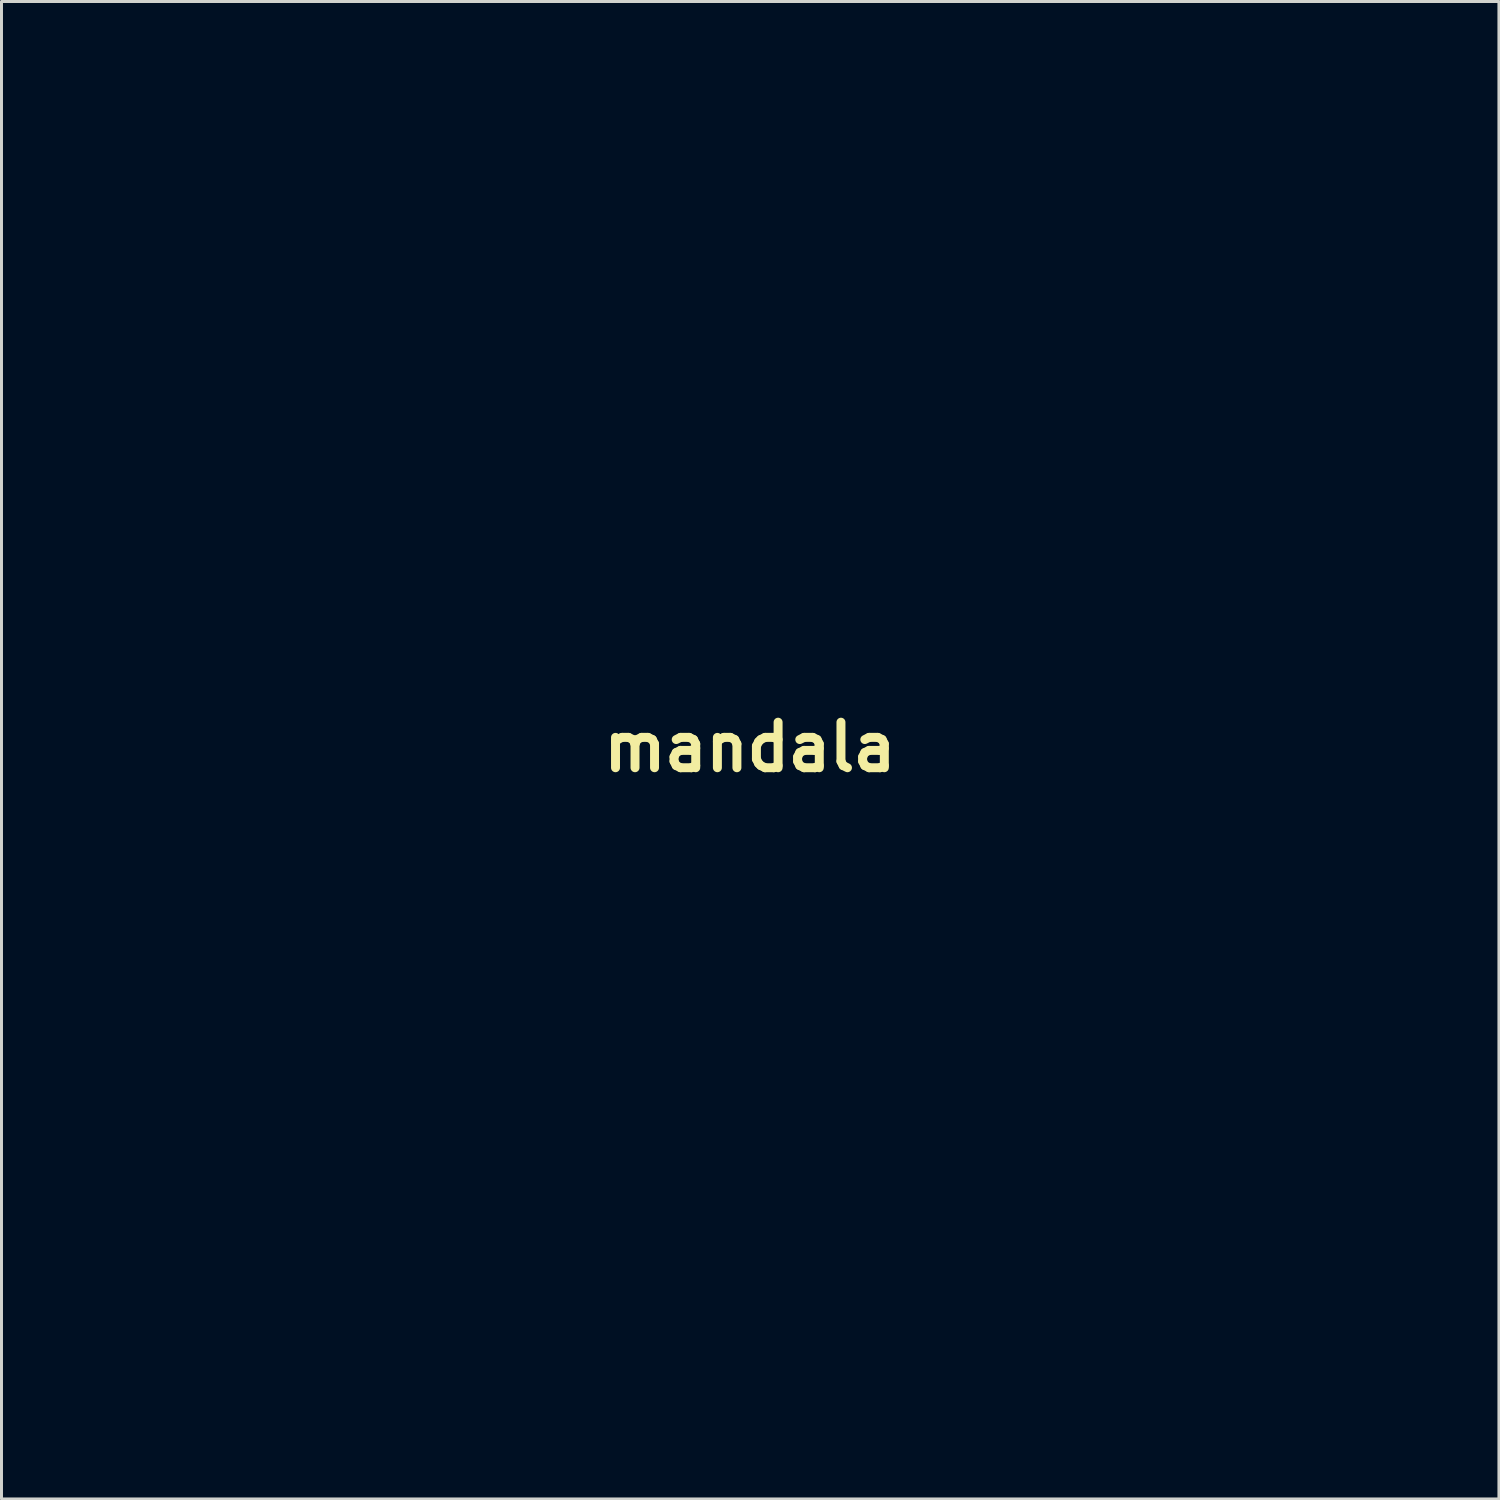
<source format=kicad_pcb>
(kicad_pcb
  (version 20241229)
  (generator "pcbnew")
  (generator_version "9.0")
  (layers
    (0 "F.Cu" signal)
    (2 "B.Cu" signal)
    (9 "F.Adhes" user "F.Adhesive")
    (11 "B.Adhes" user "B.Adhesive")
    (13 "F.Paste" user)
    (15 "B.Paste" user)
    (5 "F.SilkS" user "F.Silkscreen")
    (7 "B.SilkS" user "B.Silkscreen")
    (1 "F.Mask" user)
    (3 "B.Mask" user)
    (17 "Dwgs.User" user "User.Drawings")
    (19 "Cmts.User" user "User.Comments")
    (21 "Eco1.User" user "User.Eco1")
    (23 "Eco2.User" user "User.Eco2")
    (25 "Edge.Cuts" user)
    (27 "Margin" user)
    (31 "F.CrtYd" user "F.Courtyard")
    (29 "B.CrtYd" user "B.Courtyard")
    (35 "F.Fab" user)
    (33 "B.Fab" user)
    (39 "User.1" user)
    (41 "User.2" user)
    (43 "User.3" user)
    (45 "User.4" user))
  (footprint "mandala"
    (layer "F.Cu")
    (at 22.055 21.962)
    (property "Reference" "mandala" (at 0 0 0) (layer "F.SilkS") (effects (font (size 1.524 1.524) (thickness 0.3))))
    (attr through_hole)
    (fp_poly (pts (xy -18.034 -4.713) (xy -18.429 -4.713) (xy -18.429 -5.136) (xy -18.034 -5.136) (xy -18.034 -4.713)) (stroke (width 0.01) (type solid)) (fill yes) (layer "F.Mask"))
    (fp_poly (pts (xy -18.034 -3.669) (xy -18.429 -3.669) (xy -18.429 -4.064) (xy -18.034 -4.064) (xy -18.034 -3.669)) (stroke (width 0.01) (type solid)) (fill yes) (layer "F.Mask"))
    (fp_poly (pts (xy -17.992 4.897) (xy -17.992 5.292) (xy -18.401 5.308) (xy -18.401 4.88) (xy -17.992 4.897)) (stroke (width 0.01) (type solid)) (fill yes) (layer "F.Mask"))
    (fp_poly (pts (xy -17.978 4.233) (xy -18.401 4.233) (xy -18.401 3.838) (xy -17.978 3.838) (xy -17.978 4.233)) (stroke (width 0.01) (type solid)) (fill yes) (layer "F.Mask"))
    (fp_poly (pts (xy -16.962 -7.366) (xy -17.385 -7.366) (xy -17.385 -7.761) (xy -16.962 -7.761) (xy -16.962 -7.366)) (stroke (width 0.01) (type solid)) (fill yes) (layer "F.Mask"))
    (fp_poly (pts (xy -16.959 -5.249) (xy -17.387 -5.249) (xy -17.371 -5.659) (xy -16.976 -5.659) (xy -16.959 -5.249)) (stroke (width 0.01) (type solid)) (fill yes) (layer "F.Mask"))
    (fp_poly (pts (xy -16.933 5.814) (xy -17.357 5.814) (xy -17.357 5.419) (xy -16.933 5.419) (xy -16.933 5.814)) (stroke (width 0.01) (type solid)) (fill yes) (layer "F.Mask"))
    (fp_poly (pts (xy -16.933 7.93) (xy -17.357 7.93) (xy -17.357 7.535) (xy -16.933 7.535) (xy -16.933 7.93)) (stroke (width 0.01) (type solid)) (fill yes) (layer "F.Mask"))
    (fp_poly (pts (xy -15.917 -9.483) (xy -16.312 -9.483) (xy -16.312 -9.878) (xy -15.917 -9.878) (xy -15.917 -9.483)) (stroke (width 0.01) (type solid)) (fill yes) (layer "F.Mask"))
    (fp_poly (pts (xy -15.917 -8.41) (xy -16.312 -8.41) (xy -16.312 -8.834) (xy -15.917 -8.834) (xy -15.917 -8.41)) (stroke (width 0.01) (type solid)) (fill yes) (layer "F.Mask"))
    (fp_poly (pts (xy -15.917 -7.366) (xy -16.312 -7.366) (xy -16.312 -7.761) (xy -15.917 -7.761) (xy -15.917 -7.366)) (stroke (width 0.01) (type solid)) (fill yes) (layer "F.Mask"))
    (fp_poly (pts (xy -15.917 -6.294) (xy -16.312 -6.294) (xy -16.312 -6.717) (xy -15.917 -6.717) (xy -15.917 -6.294)) (stroke (width 0.01) (type solid)) (fill yes) (layer "F.Mask"))
    (fp_poly (pts (xy -15.889 6.886) (xy -16.284 6.886) (xy -16.284 6.463) (xy -15.889 6.463) (xy -15.889 6.886)) (stroke (width 0.01) (type solid)) (fill yes) (layer "F.Mask"))
    (fp_poly (pts (xy -15.889 7.93) (xy -16.284 7.93) (xy -16.284 7.535) (xy -15.889 7.535) (xy -15.889 7.93)) (stroke (width 0.01) (type solid)) (fill yes) (layer "F.Mask"))
    (fp_poly (pts (xy -15.889 8.975) (xy -16.284 8.975) (xy -16.284 8.58) (xy -15.889 8.58) (xy -15.889 8.975)) (stroke (width 0.01) (type solid)) (fill yes) (layer "F.Mask"))
    (fp_poly (pts (xy -15.889 10.047) (xy -16.284 10.047) (xy -16.284 9.624) (xy -15.889 9.624) (xy -15.889 10.047)) (stroke (width 0.01) (type solid)) (fill yes) (layer "F.Mask"))
    (fp_poly (pts (xy -14.859 -10.4) (xy -14.859 -10.005) (xy -15.268 -9.988) (xy -15.268 -10.416) (xy -14.859 -10.4)) (stroke (width 0.01) (type solid)) (fill yes) (layer "F.Mask"))
    (fp_poly (pts (xy -14.859 -7.239) (xy -14.842 -6.83) (xy -15.268 -6.83) (xy -15.268 -7.256) (xy -14.859 -7.239)) (stroke (width 0.01) (type solid)) (fill yes) (layer "F.Mask"))
    (fp_poly (pts (xy -14.845 -11.063) (xy -15.268 -11.063) (xy -15.268 -11.458) (xy -14.845 -11.458) (xy -14.845 -11.063)) (stroke (width 0.01) (type solid)) (fill yes) (layer "F.Mask"))
    (fp_poly (pts (xy -14.845 -7.902) (xy -15.268 -7.902) (xy -15.268 -8.297) (xy -14.845 -8.297) (xy -14.845 -7.902)) (stroke (width 0.01) (type solid)) (fill yes) (layer "F.Mask"))
    (fp_poly (pts (xy -14.845 -5.786) (xy -15.268 -5.786) (xy -15.268 -6.181) (xy -14.845 -6.181) (xy -14.845 -5.786)) (stroke (width 0.01) (type solid)) (fill yes) (layer "F.Mask"))
    (fp_poly (pts (xy -14.817 -8.975) (xy -15.212 -8.975) (xy -15.212 -9.37) (xy -14.817 -9.37) (xy -14.817 -8.975)) (stroke (width 0.01) (type solid)) (fill yes) (layer "F.Mask"))
    (fp_poly (pts (xy -14.817 6.35) (xy -15.24 6.35) (xy -15.24 5.955) (xy -14.817 5.955) (xy -14.817 6.35)) (stroke (width 0.01) (type solid)) (fill yes) (layer "F.Mask"))
    (fp_poly (pts (xy -14.817 7.394) (xy -15.24 7.394) (xy -15.24 6.999) (xy -14.817 6.999) (xy -14.817 7.394)) (stroke (width 0.01) (type solid)) (fill yes) (layer "F.Mask"))
    (fp_poly (pts (xy -14.817 10.555) (xy -15.24 10.555) (xy -15.24 10.16) (xy -14.817 10.16) (xy -14.817 10.555)) (stroke (width 0.01) (type solid)) (fill yes) (layer "F.Mask"))
    (fp_poly (pts (xy -14.814 11.628) (xy -15.242 11.628) (xy -15.226 11.218) (xy -14.831 11.218) (xy -14.814 11.628)) (stroke (width 0.01) (type solid)) (fill yes) (layer "F.Mask"))
    (fp_poly (pts (xy -14.788 9.539) (xy -15.184 9.539) (xy -15.184 9.144) (xy -14.788 9.144) (xy -14.788 9.539)) (stroke (width 0.01) (type solid)) (fill yes) (layer "F.Mask"))
    (fp_poly (pts (xy -13.801 -12.107) (xy -14.224 -12.107) (xy -14.224 -12.502) (xy -13.801 -12.502) (xy -13.801 -12.107)) (stroke (width 0.01) (type solid)) (fill yes) (layer "F.Mask"))
    (fp_poly (pts (xy -13.801 -11.063) (xy -14.224 -11.063) (xy -14.224 -11.458) (xy -13.801 -11.458) (xy -13.801 -11.063)) (stroke (width 0.01) (type solid)) (fill yes) (layer "F.Mask"))
    (fp_poly (pts (xy -13.801 -8.946) (xy -14.224 -8.946) (xy -14.224 -9.342) (xy -13.801 -9.342) (xy -13.801 -8.946)) (stroke (width 0.01) (type solid)) (fill yes) (layer "F.Mask"))
    (fp_poly (pts (xy -13.801 -7.902) (xy -14.224 -7.902) (xy -14.224 -8.297) (xy -13.801 -8.297) (xy -13.801 -7.902)) (stroke (width 0.01) (type solid)) (fill yes) (layer "F.Mask"))
    (fp_poly (pts (xy -13.801 -5.786) (xy -14.224 -5.786) (xy -14.224 -6.181) (xy -13.801 -6.181) (xy -13.801 -5.786)) (stroke (width 0.01) (type solid)) (fill yes) (layer "F.Mask"))
    (fp_poly (pts (xy -13.772 6.35) (xy -14.168 6.35) (xy -14.168 5.955) (xy -13.772 5.955) (xy -13.772 6.35)) (stroke (width 0.01) (type solid)) (fill yes) (layer "F.Mask"))
    (fp_poly (pts (xy -13.772 7.394) (xy -14.168 7.394) (xy -14.168 6.999) (xy -13.772 6.999) (xy -13.772 7.394)) (stroke (width 0.01) (type solid)) (fill yes) (layer "F.Mask"))
    (fp_poly (pts (xy -13.772 8.467) (xy -14.168 8.467) (xy -14.168 8.043) (xy -13.772 8.043) (xy -13.772 8.467)) (stroke (width 0.01) (type solid)) (fill yes) (layer "F.Mask"))
    (fp_poly (pts (xy -13.772 9.511) (xy -14.168 9.511) (xy -14.168 9.116) (xy -13.772 9.116) (xy -13.772 9.511)) (stroke (width 0.01) (type solid)) (fill yes) (layer "F.Mask"))
    (fp_poly (pts (xy -13.772 10.555) (xy -14.168 10.555) (xy -14.168 10.16) (xy -13.772 10.16) (xy -13.772 10.555)) (stroke (width 0.01) (type solid)) (fill yes) (layer "F.Mask"))
    (fp_poly (pts (xy -13.772 11.628) (xy -14.168 11.628) (xy -14.168 11.204) (xy -13.772 11.204) (xy -13.772 11.628)) (stroke (width 0.01) (type solid)) (fill yes) (layer "F.Mask"))
    (fp_poly (pts (xy -13.772 12.672) (xy -14.168 12.672) (xy -14.168 12.277) (xy -13.772 12.277) (xy -13.772 12.672)) (stroke (width 0.01) (type solid)) (fill yes) (layer "F.Mask"))
    (fp_poly (pts (xy -12.192 -13.66) (xy -12.587 -13.66) (xy -12.587 -14.055) (xy -12.192 -14.055) (xy -12.192 -13.66)) (stroke (width 0.01) (type solid)) (fill yes) (layer "F.Mask"))
    (fp_poly (pts (xy -12.164 14.252) (xy -12.559 14.252) (xy -12.559 13.857) (xy -12.164 13.857) (xy -12.164 14.252)) (stroke (width 0.01) (type solid)) (fill yes) (layer "F.Mask"))
    (fp_poly (pts (xy -11.656 -4.177) (xy -12.051 -4.177) (xy -12.051 -4.6) (xy -11.656 -4.6) (xy -11.656 -4.177)) (stroke (width 0.01) (type solid)) (fill yes) (layer "F.Mask"))
    (fp_poly (pts (xy -11.628 4.741) (xy -12.051 4.741) (xy -12.051 4.346) (xy -11.628 4.346) (xy -11.628 4.741)) (stroke (width 0.01) (type solid)) (fill yes) (layer "F.Mask"))
    (fp_poly (pts (xy -11.148 -14.704) (xy -11.543 -14.704) (xy -11.543 -15.127) (xy -11.148 -15.127) (xy -11.148 -14.704)) (stroke (width 0.01) (type solid)) (fill yes) (layer "F.Mask"))
    (fp_poly (pts (xy -11.148 -13.66) (xy -11.543 -13.66) (xy -11.543 -14.055) (xy -11.148 -14.055) (xy -11.148 -13.66)) (stroke (width 0.01) (type solid)) (fill yes) (layer "F.Mask"))
    (fp_poly (pts (xy -11.12 -5.249) (xy -12.051 -5.249) (xy -12.051 -6.181) (xy -11.12 -6.181) (xy -11.12 -5.249)) (stroke (width 0.01) (type solid)) (fill yes) (layer "F.Mask"))
    (fp_poly (pts (xy -11.12 14.252) (xy -11.515 14.252) (xy -11.515 13.857) (xy -11.12 13.857) (xy -11.12 14.252)) (stroke (width 0.01) (type solid)) (fill yes) (layer "F.Mask"))
    (fp_poly (pts (xy -11.12 15.325) (xy -11.515 15.325) (xy -11.515 14.901) (xy -11.12 14.901) (xy -11.12 15.325)) (stroke (width 0.01) (type solid)) (fill yes) (layer "F.Mask"))
    (fp_poly (pts (xy -10.583 -6.83) (xy -12.051 -6.83) (xy -12.051 -8.269) (xy -10.583 -8.269) (xy -10.583 -6.83)) (stroke (width 0.01) (type solid)) (fill yes) (layer "F.Mask"))
    (fp_poly (pts (xy -10.583 8.438) (xy -12.052 8.438) (xy -12.037 6.985) (xy -10.583 6.97) (xy -10.583 8.438)) (stroke (width 0.01) (type solid)) (fill yes) (layer "F.Mask"))
    (fp_poly (pts (xy -10.075 -13.66) (xy -10.499 -13.66) (xy -10.499 -14.055) (xy -10.075 -14.055) (xy -10.075 -13.66)) (stroke (width 0.01) (type solid)) (fill yes) (layer "F.Mask"))
    (fp_poly (pts (xy -10.047 14.252) (xy -10.47 14.252) (xy -10.47 13.857) (xy -10.047 13.857) (xy -10.047 14.252)) (stroke (width 0.01) (type solid)) (fill yes) (layer "F.Mask"))
    (fp_poly (pts (xy -9.539 -15.776) (xy -9.962 -15.776) (xy -9.962 -16.171) (xy -9.539 -16.171) (xy -9.539 -15.776)) (stroke (width 0.01) (type solid)) (fill yes) (layer "F.Mask"))
    (fp_poly (pts (xy -9.511 16.369) (xy -9.934 16.369) (xy -9.934 15.974) (xy -9.511 15.974) (xy -9.511 16.369)) (stroke (width 0.01) (type solid)) (fill yes) (layer "F.Mask"))
    (fp_poly (pts (xy -9.059 -14.676) (xy -9.454 -14.676) (xy -9.454 -15.071) (xy -9.059 -15.071) (xy -9.059 -14.676)) (stroke (width 0.01) (type solid)) (fill yes) (layer "F.Mask"))
    (fp_poly (pts (xy -9.045 -8.961) (xy -12.051 -8.946) (xy -12.051 -11.966) (xy -9.031 -11.966) (xy -9.045 -8.961)) (stroke (width 0.01) (type solid)) (fill yes) (layer "F.Mask"))
    (fp_poly (pts (xy -9.031 -13.66) (xy -9.426 -13.66) (xy -9.426 -14.055) (xy -9.031 -14.055) (xy -9.031 -13.66)) (stroke (width 0.01) (type solid)) (fill yes) (layer "F.Mask"))
    (fp_poly (pts (xy -9.031 -4.177) (xy -9.426 -4.177) (xy -9.426 -4.572) (xy -9.031 -4.572) (xy -9.031 -4.177)) (stroke (width 0.01) (type solid)) (fill yes) (layer "F.Mask"))
    (fp_poly (pts (xy -9.031 -3.104) (xy -9.426 -3.104) (xy -9.426 -3.528) (xy -9.031 -3.528) (xy -9.031 -3.104)) (stroke (width 0.01) (type solid)) (fill yes) (layer "F.Mask"))
    (fp_poly (pts (xy -9.031 12.164) (xy -12.023 12.164) (xy -12.023 9.144) (xy -9.031 9.144) (xy -9.031 12.164)) (stroke (width 0.01) (type solid)) (fill yes) (layer "F.Mask"))
    (fp_poly (pts (xy -9.031 15.268) (xy -9.426 15.268) (xy -9.426 14.873) (xy -9.031 14.873) (xy -9.031 15.268)) (stroke (width 0.01) (type solid)) (fill yes) (layer "F.Mask"))
    (fp_poly (pts (xy -9.003 3.754) (xy -9.398 3.754) (xy -9.398 3.33) (xy -9.003 3.33) (xy -9.003 3.754)) (stroke (width 0.01) (type solid)) (fill yes) (layer "F.Mask"))
    (fp_poly (pts (xy -9.003 4.798) (xy -9.398 4.798) (xy -9.398 4.403) (xy -9.003 4.403) (xy -9.003 4.798)) (stroke (width 0.01) (type solid)) (fill yes) (layer "F.Mask"))
    (fp_poly (pts (xy -9.003 14.252) (xy -9.398 14.252) (xy -9.398 13.857) (xy -9.003 13.857) (xy -9.003 14.252)) (stroke (width 0.01) (type solid)) (fill yes) (layer "F.Mask"))
    (fp_poly (pts (xy -8.495 -15.776) (xy -8.918 -15.776) (xy -8.918 -16.171) (xy -8.495 -16.171) (xy -8.495 -15.776)) (stroke (width 0.01) (type solid)) (fill yes) (layer "F.Mask"))
    (fp_poly (pts (xy -8.467 16.369) (xy -8.89 16.369) (xy -8.89 15.974) (xy -8.467 15.974) (xy -8.467 16.369)) (stroke (width 0.01) (type solid)) (fill yes) (layer "F.Mask"))
    (fp_poly (pts (xy -7.959 -13.66) (xy -8.382 -13.66) (xy -8.382 -14.055) (xy -7.959 -14.055) (xy -7.959 -13.66)) (stroke (width 0.01) (type solid)) (fill yes) (layer "F.Mask"))
    (fp_poly (pts (xy -7.959 -5.221) (xy -8.382 -5.221) (xy -8.382 -5.616) (xy -7.959 -5.616) (xy -7.959 -5.221)) (stroke (width 0.01) (type solid)) (fill yes) (layer "F.Mask"))
    (fp_poly (pts (xy -7.959 -4.177) (xy -8.382 -4.177) (xy -8.382 -4.572) (xy -7.959 -4.572) (xy -7.959 -4.177)) (stroke (width 0.01) (type solid)) (fill yes) (layer "F.Mask"))
    (fp_poly (pts (xy -7.959 -3.133) (xy -8.354 -3.133) (xy -8.354 -3.528) (xy -7.959 -3.528) (xy -7.959 -3.133)) (stroke (width 0.01) (type solid)) (fill yes) (layer "F.Mask"))
    (fp_poly (pts (xy -7.945 6.505) (xy -7.945 6.9) (xy -8.354 6.917) (xy -8.354 6.489) (xy -7.945 6.505)) (stroke (width 0.01) (type solid)) (fill yes) (layer "F.Mask"))
    (fp_poly (pts (xy -7.945 14.915) (xy -7.945 15.311) (xy -8.354 15.327) (xy -8.354 14.899) (xy -7.945 14.915)) (stroke (width 0.01) (type solid)) (fill yes) (layer "F.Mask"))
    (fp_poly (pts (xy -7.93 3.754) (xy -8.326 3.754) (xy -8.326 3.358) (xy -7.93 3.358) (xy -7.93 3.754)) (stroke (width 0.01) (type solid)) (fill yes) (layer "F.Mask"))
    (fp_poly (pts (xy -7.93 4.798) (xy -8.354 4.798) (xy -8.354 4.403) (xy -7.93 4.403) (xy -7.93 4.798)) (stroke (width 0.01) (type solid)) (fill yes) (layer "F.Mask"))
    (fp_poly (pts (xy -7.93 5.842) (xy -8.354 5.842) (xy -8.354 5.447) (xy -7.93 5.447) (xy -7.93 5.842)) (stroke (width 0.01) (type solid)) (fill yes) (layer "F.Mask"))
    (fp_poly (pts (xy -7.93 14.252) (xy -8.354 14.252) (xy -8.354 13.857) (xy -7.93 13.857) (xy -7.93 14.252)) (stroke (width 0.01) (type solid)) (fill yes) (layer "F.Mask"))
    (fp_poly (pts (xy -7.451 -16.82) (xy -7.846 -16.82) (xy -7.846 -17.244) (xy -7.451 -17.244) (xy -7.451 -16.82)) (stroke (width 0.01) (type solid)) (fill yes) (layer "F.Mask"))
    (fp_poly (pts (xy -7.451 -15.776) (xy -7.846 -15.776) (xy -7.846 -16.171) (xy -7.451 -16.171) (xy -7.451 -15.776)) (stroke (width 0.01) (type solid)) (fill yes) (layer "F.Mask"))
    (fp_poly (pts (xy -7.422 16.369) (xy -7.818 16.369) (xy -7.818 15.974) (xy -7.422 15.974) (xy -7.422 16.369)) (stroke (width 0.01) (type solid)) (fill yes) (layer "F.Mask"))
    (fp_poly (pts (xy -7.422 17.413) (xy -7.818 17.413) (xy -7.818 17.018) (xy -7.422 17.018) (xy -7.422 17.413)) (stroke (width 0.01) (type solid)) (fill yes) (layer "F.Mask"))
    (fp_poly (pts (xy -6.914 -13.66) (xy -7.338 -13.66) (xy -7.338 -14.055) (xy -6.914 -14.055) (xy -6.914 -13.66)) (stroke (width 0.01) (type solid)) (fill yes) (layer "F.Mask"))
    (fp_poly (pts (xy -6.886 -10.527) (xy -8.354 -10.527) (xy -8.354 -11.994) (xy -6.886 -11.994) (xy -6.886 -10.527)) (stroke (width 0.01) (type solid)) (fill yes) (layer "F.Mask"))
    (fp_poly (pts (xy -6.886 14.252) (xy -7.281 14.252) (xy -7.281 13.857) (xy -6.886 13.857) (xy -6.886 14.252)) (stroke (width 0.01) (type solid)) (fill yes) (layer "F.Mask"))
    (fp_poly (pts (xy -6.886 15.325) (xy -7.281 15.325) (xy -7.281 14.901) (xy -6.886 14.901) (xy -6.886 15.325)) (stroke (width 0.01) (type solid)) (fill yes) (layer "F.Mask"))
    (fp_poly (pts (xy -6.872 12.15) (xy -8.326 12.165) (xy -8.326 10.696) (xy -6.857 10.696) (xy -6.872 12.15)) (stroke (width 0.01) (type solid)) (fill yes) (layer "F.Mask"))
    (fp_poly (pts (xy -6.392 -7.832) (xy -6.802 -7.815) (xy -6.802 -8.241) (xy -6.376 -8.241) (xy -6.392 -7.832)) (stroke (width 0.01) (type solid)) (fill yes) (layer "F.Mask"))
    (fp_poly (pts (xy -6.378 -15.776) (xy -6.802 -15.776) (xy -6.802 -16.171) (xy -6.378 -16.171) (xy -6.378 -15.776)) (stroke (width 0.01) (type solid)) (fill yes) (layer "F.Mask"))
    (fp_poly (pts (xy -6.376 -16.82) (xy -6.804 -16.82) (xy -6.787 -17.23) (xy -6.392 -17.23) (xy -6.376 -16.82)) (stroke (width 0.01) (type solid)) (fill yes) (layer "F.Mask"))
    (fp_poly (pts (xy -6.35 8.523) (xy -6.773 8.523) (xy -6.773 8.128) (xy -6.35 8.128) (xy -6.35 8.523)) (stroke (width 0.01) (type solid)) (fill yes) (layer "F.Mask"))
    (fp_poly (pts (xy -6.35 16.369) (xy -6.773 16.369) (xy -6.773 15.974) (xy -6.35 15.974) (xy -6.35 16.369)) (stroke (width 0.01) (type solid)) (fill yes) (layer "F.Mask"))
    (fp_poly (pts (xy -6.35 17.413) (xy -6.773 17.413) (xy -6.773 17.018) (xy -6.35 17.018) (xy -6.35 17.413)) (stroke (width 0.01) (type solid)) (fill yes) (layer "F.Mask"))
    (fp_poly (pts (xy -5.87 -14.704) (xy -6.265 -14.704) (xy -6.265 -15.127) (xy -5.87 -15.127) (xy -5.87 -14.704)) (stroke (width 0.01) (type solid)) (fill yes) (layer "F.Mask"))
    (fp_poly (pts (xy -5.87 -13.66) (xy -6.265 -13.66) (xy -6.265 -14.055) (xy -5.87 -14.055) (xy -5.87 -13.66)) (stroke (width 0.01) (type solid)) (fill yes) (layer "F.Mask"))
    (fp_poly (pts (xy -5.842 14.252) (xy -6.237 14.252) (xy -6.237 13.857) (xy -5.842 13.857) (xy -5.842 14.252)) (stroke (width 0.01) (type solid)) (fill yes) (layer "F.Mask"))
    (fp_poly (pts (xy -5.842 15.325) (xy -6.237 15.325) (xy -6.237 14.901) (xy -5.842 14.901) (xy -5.842 15.325)) (stroke (width 0.01) (type solid)) (fill yes) (layer "F.Mask"))
    (fp_poly (pts (xy -5.588 4.262) (xy -6.265 4.262) (xy -6.265 3.584) (xy -5.588 3.584) (xy -5.588 4.262)) (stroke (width 0.01) (type solid)) (fill yes) (layer "F.Mask"))
    (fp_poly (pts (xy -5.334 -16.82) (xy -5.729 -16.82) (xy -5.729 -17.244) (xy -5.334 -17.244) (xy -5.334 -16.82)) (stroke (width 0.01) (type solid)) (fill yes) (layer "F.Mask"))
    (fp_poly (pts (xy -5.334 -7.818) (xy -5.729 -7.818) (xy -5.729 -8.241) (xy -5.334 -8.241) (xy -5.334 -7.818)) (stroke (width 0.01) (type solid)) (fill yes) (layer "F.Mask"))
    (fp_poly (pts (xy -5.306 -11.063) (xy -6.237 -11.063) (xy -6.237 -11.994) (xy -5.306 -11.994) (xy -5.306 -11.063)) (stroke (width 0.01) (type solid)) (fill yes) (layer "F.Mask"))
    (fp_poly (pts (xy -5.306 8.523) (xy -5.701 8.523) (xy -5.701 8.128) (xy -5.306 8.128) (xy -5.306 8.523)) (stroke (width 0.01) (type solid)) (fill yes) (layer "F.Mask"))
    (fp_poly (pts (xy -5.306 17.413) (xy -5.701 17.413) (xy -5.701 17.018) (xy -5.306 17.018) (xy -5.306 17.413)) (stroke (width 0.01) (type solid)) (fill yes) (layer "F.Mask"))
    (fp_poly (pts (xy -4.798 -4.713) (xy -6.265 -4.713) (xy -6.265 -6.181) (xy -4.798 -6.181) (xy -4.798 -4.713)) (stroke (width 0.01) (type solid)) (fill yes) (layer "F.Mask"))
    (fp_poly (pts (xy -4.77 18.486) (xy -5.193 18.486) (xy -5.193 18.062) (xy -4.77 18.062) (xy -4.77 18.486)) (stroke (width 0.01) (type solid)) (fill yes) (layer "F.Mask"))
    (fp_poly (pts (xy -4.29 -8.89) (xy -4.685 -8.89) (xy -4.685 -9.285) (xy -4.29 -9.285) (xy -4.29 -8.89)) (stroke (width 0.01) (type solid)) (fill yes) (layer "F.Mask"))
    (fp_poly (pts (xy -4.29 -7.818) (xy -4.685 -7.818) (xy -4.685 -8.241) (xy -4.29 -8.241) (xy -4.29 -7.818)) (stroke (width 0.01) (type solid)) (fill yes) (layer "F.Mask"))
    (fp_poly (pts (xy -4.262 -11.571) (xy -4.657 -11.571) (xy -4.657 -11.994) (xy -4.262 -11.994) (xy -4.262 -11.571)) (stroke (width 0.01) (type solid)) (fill yes) (layer "F.Mask"))
    (fp_poly (pts (xy -4.262 8.523) (xy -4.657 8.523) (xy -4.657 8.128) (xy -4.262 8.128) (xy -4.262 8.523)) (stroke (width 0.01) (type solid)) (fill yes) (layer "F.Mask"))
    (fp_poly (pts (xy -4.262 9.596) (xy -4.657 9.596) (xy -4.657 9.172) (xy -4.262 9.172) (xy -4.262 9.596)) (stroke (width 0.01) (type solid)) (fill yes) (layer "F.Mask"))
    (fp_poly (pts (xy -3.754 -17.865) (xy -4.149 -17.865) (xy -4.149 -18.288) (xy -3.754 -18.288) (xy -3.754 -17.865)) (stroke (width 0.01) (type solid)) (fill yes) (layer "F.Mask"))
    (fp_poly (pts (xy -3.725 18.486) (xy -4.12 18.486) (xy -4.12 18.062) (xy -3.725 18.062) (xy -3.725 18.486)) (stroke (width 0.01) (type solid)) (fill yes) (layer "F.Mask"))
    (fp_poly (pts (xy -3.471 6.378) (xy -4.149 6.378) (xy -4.149 5.701) (xy -3.471 5.701) (xy -3.471 6.378)) (stroke (width 0.01) (type solid)) (fill yes) (layer "F.Mask"))
    (fp_poly (pts (xy -3.246 -7.818) (xy -3.641 -7.818) (xy -3.641 -8.213) (xy -3.246 -8.213) (xy -3.246 -7.818)) (stroke (width 0.01) (type solid)) (fill yes) (layer "F.Mask"))
    (fp_poly (pts (xy -3.217 -8.89) (xy -3.641 -8.89) (xy -3.641 -9.285) (xy -3.217 -9.285) (xy -3.217 -8.89)) (stroke (width 0.01) (type solid)) (fill yes) (layer "F.Mask"))
    (fp_poly (pts (xy -3.217 8.523) (xy -3.612 8.523) (xy -3.612 8.1) (xy -3.217 8.1) (xy -3.217 8.523)) (stroke (width 0.01) (type solid)) (fill yes) (layer "F.Mask"))
    (fp_poly (pts (xy 3.641 -8.918) (xy 3.217 -8.918) (xy 3.217 -9.313) (xy 3.641 -9.313) (xy 3.641 -8.918)) (stroke (width 0.01) (type solid)) (fill yes) (layer "F.Mask"))
    (fp_poly (pts (xy 3.641 -7.846) (xy 3.246 -7.846) (xy 3.246 -8.241) (xy 3.641 -8.241) (xy 3.641 -7.846)) (stroke (width 0.01) (type solid)) (fill yes) (layer "F.Mask"))
    (fp_poly (pts (xy 3.669 8.495) (xy 3.274 8.495) (xy 3.274 8.072) (xy 3.669 8.072) (xy 3.669 8.495)) (stroke (width 0.01) (type solid)) (fill yes) (layer "F.Mask"))
    (fp_poly (pts (xy 4.149 -17.921) (xy 3.754 -17.921) (xy 3.754 -18.316) (xy 4.149 -18.316) (xy 4.149 -17.921)) (stroke (width 0.01) (type solid)) (fill yes) (layer "F.Mask"))
    (fp_poly (pts (xy 4.177 18.457) (xy 3.782 18.457) (xy 3.782 18.034) (xy 4.177 18.034) (xy 4.177 18.457)) (stroke (width 0.01) (type solid)) (fill yes) (layer "F.Mask"))
    (fp_poly (pts (xy 4.671 -11.952) (xy 4.671 -11.557) (xy 4.262 -11.54) (xy 4.262 -11.969) (xy 4.671 -11.952)) (stroke (width 0.01) (type solid)) (fill yes) (layer "F.Mask"))
    (fp_poly (pts (xy 4.671 11.755) (xy 4.671 12.15) (xy 4.262 12.166) (xy 4.262 11.738) (xy 4.671 11.755)) (stroke (width 0.01) (type solid)) (fill yes) (layer "F.Mask"))
    (fp_poly (pts (xy 4.685 -8.918) (xy 4.29 -8.918) (xy 4.29 -9.313) (xy 4.685 -9.313) (xy 4.685 -8.918)) (stroke (width 0.01) (type solid)) (fill yes) (layer "F.Mask"))
    (fp_poly (pts (xy 4.685 -7.846) (xy 4.29 -7.846) (xy 4.29 -8.269) (xy 4.685 -8.269) (xy 4.685 -7.846)) (stroke (width 0.01) (type solid)) (fill yes) (layer "F.Mask"))
    (fp_poly (pts (xy 4.713 8.495) (xy 4.318 8.495) (xy 4.318 8.1) (xy 4.713 8.1) (xy 4.713 8.495)) (stroke (width 0.01) (type solid)) (fill yes) (layer "F.Mask"))
    (fp_poly (pts (xy 4.713 9.567) (xy 4.318 9.567) (xy 4.318 9.144) (xy 4.713 9.144) (xy 4.713 9.567)) (stroke (width 0.01) (type solid)) (fill yes) (layer "F.Mask"))
    (fp_poly (pts (xy 5.221 -17.921) (xy 4.798 -17.921) (xy 4.798 -18.316) (xy 5.221 -18.316) (xy 5.221 -17.921)) (stroke (width 0.01) (type solid)) (fill yes) (layer "F.Mask"))
    (fp_poly (pts (xy 5.729 -16.849) (xy 5.334 -16.849) (xy 5.334 -17.272) (xy 5.729 -17.272) (xy 5.729 -16.849)) (stroke (width 0.01) (type solid)) (fill yes) (layer "F.Mask"))
    (fp_poly (pts (xy 5.729 -7.846) (xy 5.334 -7.846) (xy 5.334 -8.269) (xy 5.729 -8.269) (xy 5.729 -7.846)) (stroke (width 0.01) (type solid)) (fill yes) (layer "F.Mask"))
    (fp_poly (pts (xy 5.757 8.495) (xy 5.362 8.495) (xy 5.362 8.1) (xy 5.757 8.1) (xy 5.757 8.495)) (stroke (width 0.01) (type solid)) (fill yes) (layer "F.Mask"))
    (fp_poly (pts (xy 5.757 17.385) (xy 5.362 17.385) (xy 5.362 16.99) (xy 5.757 16.99) (xy 5.757 17.385)) (stroke (width 0.01) (type solid)) (fill yes) (layer "F.Mask"))
    (fp_poly (pts (xy 6.265 -14.732) (xy 5.87 -14.732) (xy 5.87 -15.155) (xy 6.265 -15.155) (xy 6.265 -14.732)) (stroke (width 0.01) (type solid)) (fill yes) (layer "F.Mask"))
    (fp_poly (pts (xy 6.265 -13.688) (xy 5.87 -13.688) (xy 5.87 -14.111) (xy 6.265 -14.111) (xy 6.265 -13.688)) (stroke (width 0.01) (type solid)) (fill yes) (layer "F.Mask"))
    (fp_poly (pts (xy 6.265 -4.713) (xy 4.826 -4.713) (xy 4.826 -6.181) (xy 6.265 -6.181) (xy 6.265 -4.713)) (stroke (width 0.01) (type solid)) (fill yes) (layer "F.Mask"))
    (fp_poly (pts (xy 6.265 6.35) (xy 4.826 6.35) (xy 4.826 4.882) (xy 6.265 4.882) (xy 6.265 6.35)) (stroke (width 0.01) (type solid)) (fill yes) (layer "F.Mask"))
    (fp_poly (pts (xy 6.294 4.262) (xy 5.616 4.262) (xy 5.616 3.584) (xy 6.294 3.584) (xy 6.294 4.262)) (stroke (width 0.01) (type solid)) (fill yes) (layer "F.Mask"))
    (fp_poly (pts (xy 6.294 14.224) (xy 5.898 14.224) (xy 5.898 13.829) (xy 6.294 13.829) (xy 6.294 14.224)) (stroke (width 0.01) (type solid)) (fill yes) (layer "F.Mask"))
    (fp_poly (pts (xy 6.294 15.296) (xy 5.898 15.296) (xy 5.898 14.873) (xy 6.294 14.873) (xy 6.294 15.296)) (stroke (width 0.01) (type solid)) (fill yes) (layer "F.Mask"))
    (fp_poly (pts (xy 6.802 -15.804) (xy 6.378 -15.804) (xy 6.378 -16.2) (xy 6.802 -16.2) (xy 6.802 -15.804)) (stroke (width 0.01) (type solid)) (fill yes) (layer "F.Mask"))
    (fp_poly (pts (xy 6.804 -16.849) (xy 6.376 -16.849) (xy 6.392 -17.258) (xy 6.787 -17.258) (xy 6.804 -16.849)) (stroke (width 0.01) (type solid)) (fill yes) (layer "F.Mask"))
    (fp_poly (pts (xy 6.83 8.495) (xy 6.406 8.495) (xy 6.406 8.1) (xy 6.83 8.1) (xy 6.83 8.495)) (stroke (width 0.01) (type solid)) (fill yes) (layer "F.Mask"))
    (fp_poly (pts (xy 6.83 17.385) (xy 6.406 17.385) (xy 6.406 16.99) (xy 6.83 16.99) (xy 6.83 17.385)) (stroke (width 0.01) (type solid)) (fill yes) (layer "F.Mask"))
    (fp_poly (pts (xy 6.832 16.341) (xy 6.404 16.341) (xy 6.421 15.931) (xy 6.816 15.931) (xy 6.832 16.341)) (stroke (width 0.01) (type solid)) (fill yes) (layer "F.Mask"))
    (fp_poly (pts (xy 7.31 -14.732) (xy 6.914 -14.732) (xy 6.914 -15.155) (xy 7.31 -15.155) (xy 7.31 -14.732)) (stroke (width 0.01) (type solid)) (fill yes) (layer "F.Mask"))
    (fp_poly (pts (xy 7.31 -13.688) (xy 6.914 -13.688) (xy 6.914 -14.111) (xy 7.31 -14.111) (xy 7.31 -13.688)) (stroke (width 0.01) (type solid)) (fill yes) (layer "F.Mask"))
    (fp_poly (pts (xy 7.352 14.887) (xy 7.352 15.282) (xy 6.943 15.299) (xy 6.943 14.871) (xy 7.352 14.887)) (stroke (width 0.01) (type solid)) (fill yes) (layer "F.Mask"))
    (fp_poly (pts (xy 7.366 14.224) (xy 6.943 14.224) (xy 6.943 13.829) (xy 7.366 13.829) (xy 7.366 14.224)) (stroke (width 0.01) (type solid)) (fill yes) (layer "F.Mask"))
    (fp_poly (pts (xy 7.846 -16.849) (xy 7.451 -16.849) (xy 7.451 -17.272) (xy 7.846 -17.272) (xy 7.846 -16.849)) (stroke (width 0.01) (type solid)) (fill yes) (layer "F.Mask"))
    (fp_poly (pts (xy 7.846 -15.804) (xy 7.451 -15.804) (xy 7.451 -16.2) (xy 7.846 -16.2) (xy 7.846 -15.804)) (stroke (width 0.01) (type solid)) (fill yes) (layer "F.Mask"))
    (fp_poly (pts (xy 7.874 16.341) (xy 7.479 16.341) (xy 7.479 15.917) (xy 7.874 15.917) (xy 7.874 16.341)) (stroke (width 0.01) (type solid)) (fill yes) (layer "F.Mask"))
    (fp_poly (pts (xy 7.874 17.385) (xy 7.479 17.385) (xy 7.479 16.99) (xy 7.874 16.99) (xy 7.874 17.385)) (stroke (width 0.01) (type solid)) (fill yes) (layer "F.Mask"))
    (fp_poly (pts (xy 8.326 -3.161) (xy 7.93 -3.161) (xy 7.93 -3.556) (xy 8.326 -3.556) (xy 8.326 -3.161)) (stroke (width 0.01) (type solid)) (fill yes) (layer "F.Mask"))
    (fp_poly (pts (xy 8.354 -10.499) (xy 6.885 -10.499) (xy 6.9 -11.952) (xy 8.354 -11.967) (xy 8.354 -10.499)) (stroke (width 0.01) (type solid)) (fill yes) (layer "F.Mask"))
    (fp_poly (pts (xy 8.354 -4.205) (xy 7.93 -4.205) (xy 7.93 -4.6) (xy 8.354 -4.6) (xy 8.354 -4.205)) (stroke (width 0.01) (type solid)) (fill yes) (layer "F.Mask"))
    (fp_poly (pts (xy 8.354 3.725) (xy 7.959 3.725) (xy 7.959 3.33) (xy 8.354 3.33) (xy 8.354 3.725)) (stroke (width 0.01) (type solid)) (fill yes) (layer "F.Mask"))
    (fp_poly (pts (xy 8.356 -5.249) (xy 7.928 -5.249) (xy 7.945 -5.659) (xy 8.34 -5.659) (xy 8.356 -5.249)) (stroke (width 0.01) (type solid)) (fill yes) (layer "F.Mask"))
    (fp_poly (pts (xy 8.382 5.814) (xy 7.959 5.814) (xy 7.959 5.419) (xy 8.382 5.419) (xy 8.382 5.814)) (stroke (width 0.01) (type solid)) (fill yes) (layer "F.Mask"))
    (fp_poly (pts (xy 8.384 -13.688) (xy 7.956 -13.688) (xy 7.973 -14.097) (xy 8.368 -14.097) (xy 8.384 -13.688)) (stroke (width 0.01) (type solid)) (fill yes) (layer "F.Mask"))
    (fp_poly (pts (xy 8.384 4.77) (xy 7.956 4.77) (xy 7.973 4.36) (xy 8.368 4.36) (xy 8.384 4.77)) (stroke (width 0.01) (type solid)) (fill yes) (layer "F.Mask"))
    (fp_poly (pts (xy 8.41 14.224) (xy 7.987 14.224) (xy 7.987 13.829) (xy 8.41 13.829) (xy 8.41 14.224)) (stroke (width 0.01) (type solid)) (fill yes) (layer "F.Mask"))
    (fp_poly (pts (xy 8.918 -15.804) (xy 8.495 -15.804) (xy 8.495 -16.2) (xy 8.918 -16.2) (xy 8.918 -15.804)) (stroke (width 0.01) (type solid)) (fill yes) (layer "F.Mask"))
    (fp_poly (pts (xy 8.949 16.341) (xy 8.521 16.341) (xy 8.537 15.931) (xy 8.932 15.931) (xy 8.949 16.341)) (stroke (width 0.01) (type solid)) (fill yes) (layer "F.Mask"))
    (fp_poly (pts (xy 9.398 -4.205) (xy 9.003 -4.205) (xy 9.003 -4.6) (xy 9.398 -4.6) (xy 9.398 -4.205)) (stroke (width 0.01) (type solid)) (fill yes) (layer "F.Mask"))
    (fp_poly (pts (xy 9.398 -3.133) (xy 9.003 -3.133) (xy 9.003 -3.556) (xy 9.398 -3.556) (xy 9.398 -3.133)) (stroke (width 0.01) (type solid)) (fill yes) (layer "F.Mask"))
    (fp_poly (pts (xy 9.426 -13.688) (xy 9.031 -13.688) (xy 9.031 -14.111) (xy 9.426 -14.111) (xy 9.426 -13.688)) (stroke (width 0.01) (type solid)) (fill yes) (layer "F.Mask"))
    (fp_poly (pts (xy 9.426 3.725) (xy 9.031 3.725) (xy 9.031 3.302) (xy 9.426 3.302) (xy 9.426 3.725)) (stroke (width 0.01) (type solid)) (fill yes) (layer "F.Mask"))
    (fp_poly (pts (xy 9.426 4.77) (xy 9.031 4.77) (xy 9.031 4.346) (xy 9.426 4.346) (xy 9.426 4.77)) (stroke (width 0.01) (type solid)) (fill yes) (layer "F.Mask"))
    (fp_poly (pts (xy 9.454 -14.704) (xy 9.059 -14.704) (xy 9.059 -15.099) (xy 9.454 -15.099) (xy 9.454 -14.704)) (stroke (width 0.01) (type solid)) (fill yes) (layer "F.Mask"))
    (fp_poly (pts (xy 9.454 14.224) (xy 9.059 14.224) (xy 9.059 13.829) (xy 9.454 13.829) (xy 9.454 14.224)) (stroke (width 0.01) (type solid)) (fill yes) (layer "F.Mask"))
    (fp_poly (pts (xy 9.483 15.24) (xy 9.088 15.24) (xy 9.088 14.845) (xy 9.483 14.845) (xy 9.483 15.24)) (stroke (width 0.01) (type solid)) (fill yes) (layer "F.Mask"))
    (fp_poly (pts (xy 9.962 -15.804) (xy 9.539 -15.804) (xy 9.539 -16.2) (xy 9.962 -16.2) (xy 9.962 -15.804)) (stroke (width 0.01) (type solid)) (fill yes) (layer "F.Mask"))
    (fp_poly (pts (xy 9.991 16.341) (xy 9.596 16.341) (xy 9.596 15.917) (xy 9.991 15.917) (xy 9.991 16.341)) (stroke (width 0.01) (type solid)) (fill yes) (layer "F.Mask"))
    (fp_poly (pts (xy 10.501 -13.688) (xy 10.073 -13.688) (xy 10.089 -14.097) (xy 10.485 -14.097) (xy 10.501 -13.688)) (stroke (width 0.01) (type solid)) (fill yes) (layer "F.Mask"))
    (fp_poly (pts (xy 10.527 14.224) (xy 10.104 14.224) (xy 10.104 13.829) (xy 10.527 13.829) (xy 10.527 14.224)) (stroke (width 0.01) (type solid)) (fill yes) (layer "F.Mask"))
    (fp_poly (pts (xy 11.543 -14.732) (xy 11.148 -14.732) (xy 11.148 -15.155) (xy 11.543 -15.155) (xy 11.543 -14.732)) (stroke (width 0.01) (type solid)) (fill yes) (layer "F.Mask"))
    (fp_poly (pts (xy 11.543 -13.688) (xy 11.148 -13.688) (xy 11.148 -14.111) (xy 11.543 -14.111) (xy 11.543 -13.688)) (stroke (width 0.01) (type solid)) (fill yes) (layer "F.Mask"))
    (fp_poly (pts (xy 11.571 14.224) (xy 11.176 14.224) (xy 11.176 13.829) (xy 11.571 13.829) (xy 11.571 14.224)) (stroke (width 0.01) (type solid)) (fill yes) (layer "F.Mask"))
    (fp_poly (pts (xy 11.571 15.296) (xy 11.176 15.296) (xy 11.176 14.873) (xy 11.571 14.873) (xy 11.571 15.296)) (stroke (width 0.01) (type solid)) (fill yes) (layer "F.Mask"))
    (fp_poly (pts (xy 12.065 6.985) (xy 12.08 8.438) (xy 10.612 8.438) (xy 10.612 6.97) (xy 12.065 6.985)) (stroke (width 0.01) (type solid)) (fill yes) (layer "F.Mask"))
    (fp_poly (pts (xy 12.079 -8.946) (xy 9.059 -8.946) (xy 9.059 -11.938) (xy 12.079 -11.938) (xy 12.079 -8.946)) (stroke (width 0.01) (type solid)) (fill yes) (layer "F.Mask"))
    (fp_poly (pts (xy 12.079 -6.802) (xy 10.612 -6.802) (xy 10.612 -8.241) (xy 12.079 -8.241) (xy 12.079 -6.802)) (stroke (width 0.01) (type solid)) (fill yes) (layer "F.Mask"))
    (fp_poly (pts (xy 12.079 4.741) (xy 11.656 4.741) (xy 11.656 4.346) (xy 12.079 4.346) (xy 12.079 4.741)) (stroke (width 0.01) (type solid)) (fill yes) (layer "F.Mask"))
    (fp_poly (pts (xy 12.082 -4.149) (xy 11.653 -4.149) (xy 11.67 -4.558) (xy 12.065 -4.558) (xy 12.082 -4.149)) (stroke (width 0.01) (type solid)) (fill yes) (layer "F.Mask"))
    (fp_poly (pts (xy 12.587 -13.688) (xy 12.192 -13.688) (xy 12.192 -14.111) (xy 12.587 -14.111) (xy 12.587 -13.688)) (stroke (width 0.01) (type solid)) (fill yes) (layer "F.Mask"))
    (fp_poly (pts (xy 12.615 14.224) (xy 12.22 14.224) (xy 12.22 13.829) (xy 12.615 13.829) (xy 12.615 14.224)) (stroke (width 0.01) (type solid)) (fill yes) (layer "F.Mask"))
    (fp_poly (pts (xy 14.139 -12.107) (xy 13.744 -12.107) (xy 13.744 -12.502) (xy 14.139 -12.502) (xy 14.139 -12.107)) (stroke (width 0.01) (type solid)) (fill yes) (layer "F.Mask"))
    (fp_poly (pts (xy 14.139 -11.063) (xy 13.744 -11.063) (xy 13.744 -11.458) (xy 14.139 -11.458) (xy 14.139 -11.063)) (stroke (width 0.01) (type solid)) (fill yes) (layer "F.Mask"))
    (fp_poly (pts (xy 14.139 -9.991) (xy 13.744 -9.991) (xy 13.744 -10.414) (xy 14.139 -10.414) (xy 14.139 -9.991)) (stroke (width 0.01) (type solid)) (fill yes) (layer "F.Mask"))
    (fp_poly (pts (xy 14.139 -8.946) (xy 13.744 -8.946) (xy 13.744 -9.342) (xy 14.139 -9.342) (xy 14.139 -8.946)) (stroke (width 0.01) (type solid)) (fill yes) (layer "F.Mask"))
    (fp_poly (pts (xy 14.139 -7.902) (xy 13.744 -7.902) (xy 13.744 -8.297) (xy 14.139 -8.297) (xy 14.139 -7.902)) (stroke (width 0.01) (type solid)) (fill yes) (layer "F.Mask"))
    (fp_poly (pts (xy 14.139 -6.83) (xy 13.744 -6.83) (xy 13.744 -7.253) (xy 14.139 -7.253) (xy 14.139 -6.83)) (stroke (width 0.01) (type solid)) (fill yes) (layer "F.Mask"))
    (fp_poly (pts (xy 14.139 -5.786) (xy 13.744 -5.786) (xy 13.744 -6.181) (xy 14.139 -6.181) (xy 14.139 -5.786)) (stroke (width 0.01) (type solid)) (fill yes) (layer "F.Mask"))
    (fp_poly (pts (xy 14.168 6.35) (xy 13.772 6.35) (xy 13.772 5.955) (xy 14.168 5.955) (xy 14.168 6.35)) (stroke (width 0.01) (type solid)) (fill yes) (layer "F.Mask"))
    (fp_poly (pts (xy 14.168 7.394) (xy 13.772 7.394) (xy 13.772 6.999) (xy 14.168 6.999) (xy 14.168 7.394)) (stroke (width 0.01) (type solid)) (fill yes) (layer "F.Mask"))
    (fp_poly (pts (xy 14.168 8.467) (xy 13.772 8.467) (xy 13.772 8.043) (xy 14.168 8.043) (xy 14.168 8.467)) (stroke (width 0.01) (type solid)) (fill yes) (layer "F.Mask"))
    (fp_poly (pts (xy 14.168 9.511) (xy 13.772 9.511) (xy 13.772 9.116) (xy 14.168 9.116) (xy 14.168 9.511)) (stroke (width 0.01) (type solid)) (fill yes) (layer "F.Mask"))
    (fp_poly (pts (xy 14.168 10.555) (xy 13.772 10.555) (xy 13.772 10.16) (xy 14.168 10.16) (xy 14.168 10.555)) (stroke (width 0.01) (type solid)) (fill yes) (layer "F.Mask"))
    (fp_poly (pts (xy 14.168 11.628) (xy 13.772 11.628) (xy 13.772 11.204) (xy 14.168 11.204) (xy 14.168 11.628)) (stroke (width 0.01) (type solid)) (fill yes) (layer "F.Mask"))
    (fp_poly (pts (xy 14.168 12.672) (xy 13.772 12.672) (xy 13.772 12.277) (xy 14.168 12.277) (xy 14.168 12.672)) (stroke (width 0.01) (type solid)) (fill yes) (layer "F.Mask"))
    (fp_poly (pts (xy 15.155 -8.975) (xy 14.76 -8.975) (xy 14.76 -9.37) (xy 15.155 -9.37) (xy 15.155 -8.975)) (stroke (width 0.01) (type solid)) (fill yes) (layer "F.Mask"))
    (fp_poly (pts (xy 15.184 9.539) (xy 14.788 9.539) (xy 14.788 9.144) (xy 15.184 9.144) (xy 15.184 9.539)) (stroke (width 0.01) (type solid)) (fill yes) (layer "F.Mask"))
    (fp_poly (pts (xy 15.212 -11.063) (xy 14.788 -11.063) (xy 14.788 -11.458) (xy 15.212 -11.458) (xy 15.212 -11.063)) (stroke (width 0.01) (type solid)) (fill yes) (layer "F.Mask"))
    (fp_poly (pts (xy 15.212 -9.991) (xy 14.788 -9.991) (xy 14.788 -10.414) (xy 15.212 -10.414) (xy 15.212 -9.991)) (stroke (width 0.01) (type solid)) (fill yes) (layer "F.Mask"))
    (fp_poly (pts (xy 15.212 -7.902) (xy 14.788 -7.902) (xy 14.788 -8.297) (xy 15.212 -8.297) (xy 15.212 -7.902)) (stroke (width 0.01) (type solid)) (fill yes) (layer "F.Mask"))
    (fp_poly (pts (xy 15.212 -5.786) (xy 14.788 -5.786) (xy 14.788 -6.181) (xy 15.212 -6.181) (xy 15.212 -5.786)) (stroke (width 0.01) (type solid)) (fill yes) (layer "F.Mask"))
    (fp_poly (pts (xy 15.214 -6.83) (xy 14.786 -6.83) (xy 14.803 -7.239) (xy 15.198 -7.239) (xy 15.214 -6.83)) (stroke (width 0.01) (type solid)) (fill yes) (layer "F.Mask"))
    (fp_poly (pts (xy 15.24 6.35) (xy 14.817 6.35) (xy 14.817 5.955) (xy 15.24 5.955) (xy 15.24 6.35)) (stroke (width 0.01) (type solid)) (fill yes) (layer "F.Mask"))
    (fp_poly (pts (xy 15.24 7.394) (xy 14.817 7.394) (xy 14.817 6.999) (xy 15.24 6.999) (xy 15.24 7.394)) (stroke (width 0.01) (type solid)) (fill yes) (layer "F.Mask"))
    (fp_poly (pts (xy 15.24 10.555) (xy 14.817 10.555) (xy 14.817 10.16) (xy 15.24 10.16) (xy 15.24 10.555)) (stroke (width 0.01) (type solid)) (fill yes) (layer "F.Mask"))
    (fp_poly (pts (xy 15.242 11.628) (xy 14.814 11.628) (xy 14.831 11.218) (xy 15.226 11.218) (xy 15.242 11.628)) (stroke (width 0.01) (type solid)) (fill yes) (layer "F.Mask"))
    (fp_poly (pts (xy 16.256 -9.483) (xy 15.861 -9.483) (xy 15.861 -9.878) (xy 16.256 -9.878) (xy 16.256 -9.483)) (stroke (width 0.01) (type solid)) (fill yes) (layer "F.Mask"))
    (fp_poly (pts (xy 16.256 -8.41) (xy 15.861 -8.41) (xy 15.861 -8.834) (xy 16.256 -8.834) (xy 16.256 -8.41)) (stroke (width 0.01) (type solid)) (fill yes) (layer "F.Mask"))
    (fp_poly (pts (xy 16.256 -7.366) (xy 15.861 -7.366) (xy 15.861 -7.761) (xy 16.256 -7.761) (xy 16.256 -7.366)) (stroke (width 0.01) (type solid)) (fill yes) (layer "F.Mask"))
    (fp_poly (pts (xy 16.256 -6.294) (xy 15.861 -6.294) (xy 15.861 -6.717) (xy 16.256 -6.717) (xy 16.256 -6.294)) (stroke (width 0.01) (type solid)) (fill yes) (layer "F.Mask"))
    (fp_poly (pts (xy 16.284 6.886) (xy 15.889 6.886) (xy 15.889 6.463) (xy 16.284 6.463) (xy 16.284 6.886)) (stroke (width 0.01) (type solid)) (fill yes) (layer "F.Mask"))
    (fp_poly (pts (xy 16.284 7.93) (xy 15.889 7.93) (xy 15.889 7.535) (xy 16.284 7.535) (xy 16.284 7.93)) (stroke (width 0.01) (type solid)) (fill yes) (layer "F.Mask"))
    (fp_poly (pts (xy 16.284 8.975) (xy 15.889 8.975) (xy 15.889 8.58) (xy 16.284 8.58) (xy 16.284 8.975)) (stroke (width 0.01) (type solid)) (fill yes) (layer "F.Mask"))
    (fp_poly (pts (xy 16.284 10.047) (xy 15.889 10.047) (xy 15.889 9.624) (xy 16.284 9.624) (xy 16.284 10.047)) (stroke (width 0.01) (type solid)) (fill yes) (layer "F.Mask"))
    (fp_poly (pts (xy 17.3 -7.366) (xy 16.905 -7.366) (xy 16.905 -7.761) (xy 17.3 -7.761) (xy 17.3 -7.366)) (stroke (width 0.01) (type solid)) (fill yes) (layer "F.Mask"))
    (fp_poly (pts (xy 17.3 -6.294) (xy 16.905 -6.294) (xy 16.905 -6.717) (xy 17.3 -6.717) (xy 17.3 -6.294)) (stroke (width 0.01) (type solid)) (fill yes) (layer "F.Mask"))
    (fp_poly (pts (xy 17.3 -5.249) (xy 16.905 -5.249) (xy 16.905 -5.673) (xy 17.3 -5.673) (xy 17.3 -5.249)) (stroke (width 0.01) (type solid)) (fill yes) (layer "F.Mask"))
    (fp_poly (pts (xy 17.343 6.477) (xy 17.343 6.872) (xy 16.933 6.889) (xy 16.933 6.46) (xy 17.343 6.477)) (stroke (width 0.01) (type solid)) (fill yes) (layer "F.Mask"))
    (fp_poly (pts (xy 17.357 5.814) (xy 16.933 5.814) (xy 16.933 5.419) (xy 17.357 5.419) (xy 17.357 5.814)) (stroke (width 0.01) (type solid)) (fill yes) (layer "F.Mask"))
    (fp_poly (pts (xy 17.357 7.93) (xy 16.933 7.93) (xy 16.933 7.535) (xy 17.357 7.535) (xy 17.357 7.93)) (stroke (width 0.01) (type solid)) (fill yes) (layer "F.Mask"))
    (fp_poly (pts (xy 18.373 -3.669) (xy 17.949 -3.669) (xy 17.949 -4.064) (xy 18.373 -4.064) (xy 18.373 -3.669)) (stroke (width 0.01) (type solid)) (fill yes) (layer "F.Mask"))
    (fp_poly (pts (xy 18.401 4.233) (xy 17.978 4.233) (xy 17.978 3.838) (xy 18.401 3.838) (xy 18.401 4.233)) (stroke (width 0.01) (type solid)) (fill yes) (layer "F.Mask"))
    (fp_poly (pts (xy -5.905 -4.058) (xy -5.574 -4.05) (xy -5.558 -3.387) (xy -6.237 -3.387) (xy -6.237 -4.066) (xy -5.905 -4.058)) (stroke (width 0.01) (type solid)) (fill yes) (layer "F.Mask"))
    (fp_poly (pts (xy -3.457 -6.167) (xy -3.449 -5.835) (xy -3.441 -5.503) (xy -4.12 -5.503) (xy -4.12 -6.182) (xy -3.457 -6.167)) (stroke (width 0.01) (type solid)) (fill yes) (layer "F.Mask"))
    (fp_poly (pts (xy 4.149 -5.503) (xy 3.47 -5.503) (xy 3.477 -5.835) (xy 3.485 -6.167) (xy 4.149 -6.182) (xy 4.149 -5.503)) (stroke (width 0.01) (type solid)) (fill yes) (layer "F.Mask"))
    (fp_poly (pts (xy 10.493 -14.951) (xy 10.485 -14.746) (xy 10.075 -14.73) (xy 10.075 -15.155) (xy 10.501 -15.155) (xy 10.493 -14.951)) (stroke (width 0.01) (type solid)) (fill yes) (layer "F.Mask"))
    (fp_poly (pts (xy -15.035 8.049) (xy -14.831 8.057) (xy -14.831 8.453) (xy -15.035 8.461) (xy -15.24 8.469) (xy -15.24 8.041) (xy -15.035 8.049)) (stroke (width 0.01) (type solid)) (fill yes) (layer "F.Mask"))
    (fp_poly (pts (xy -11.12 6.322) (xy -12.052 6.322) (xy -12.045 5.863) (xy -12.037 5.405) (xy -11.578 5.397) (xy -11.12 5.389) (xy -11.12 6.322)) (stroke (width 0.01) (type solid)) (fill yes) (layer "F.Mask"))
    (fp_poly (pts (xy -8.177 -15.121) (xy -7.973 -15.113) (xy -7.973 -14.718) (xy -8.177 -14.71) (xy -8.382 -14.701) (xy -8.382 -15.13) (xy -8.177 -15.121)) (stroke (width 0.01) (type solid)) (fill yes) (layer "F.Mask"))
    (fp_poly (pts (xy -8.177 -6.683) (xy -7.973 -6.675) (xy -7.973 -6.279) (xy -8.177 -6.271) (xy -8.382 -6.263) (xy -8.382 -6.691) (xy -8.177 -6.683)) (stroke (width 0.01) (type solid)) (fill yes) (layer "F.Mask"))
    (fp_poly (pts (xy -5.539 4.889) (xy -4.812 4.897) (xy -4.804 5.623) (xy -4.797 6.35) (xy -6.265 6.35) (xy -6.265 4.881) (xy -5.539 4.889)) (stroke (width 0.01) (type solid)) (fill yes) (layer "F.Mask"))
    (fp_poly (pts (xy 6.259 -11.493) (xy 6.267 -11.035) (xy 5.304 -11.035) (xy 5.312 -11.493) (xy 5.32 -11.952) (xy 6.251 -11.952) (xy 6.259 -11.493)) (stroke (width 0.01) (type solid)) (fill yes) (layer "F.Mask"))
    (fp_poly (pts (xy 6.265 -3.387) (xy 5.586 -3.387) (xy 5.594 -3.718) (xy 5.602 -4.05) (xy 5.934 -4.058) (xy 6.265 -4.066) (xy 6.265 -3.387)) (stroke (width 0.01) (type solid)) (fill yes) (layer "F.Mask"))
    (fp_poly (pts (xy 11.606 -6.146) (xy 12.065 -6.138) (xy 12.065 -5.207) (xy 11.606 -5.199) (xy 11.148 -5.191) (xy 11.148 -6.154) (xy 11.606 -6.146)) (stroke (width 0.01) (type solid)) (fill yes) (layer "F.Mask"))
    (fp_poly (pts (xy 11.606 5.397) (xy 12.065 5.405) (xy 12.073 5.863) (xy 12.081 6.322) (xy 11.148 6.322) (xy 11.148 5.389) (xy 11.606 5.397)) (stroke (width 0.01) (type solid)) (fill yes) (layer "F.Mask"))
    (fp_poly (pts (xy 4.177 6.378) (xy 4.043 6.373) (xy 3.943 6.368) (xy 3.816 6.363) (xy 3.704 6.357) (xy 3.5 6.348) (xy 3.5 5.701) (xy 4.177 5.701) (xy 4.177 6.378)) (stroke (width 0.01) (type solid)) (fill yes) (layer "F.Mask"))
    (fp_poly (pts (xy -16.976 -6.308) (xy -17.16 -6.299) (xy -17.258 -6.298) (xy -17.332 -6.303) (xy -17.365 -6.311) (xy -17.375 -6.348) (xy -17.382 -6.424) (xy -17.385 -6.524) (xy -17.385 -6.717) (xy -16.959 -6.717) (xy -16.976 -6.308)) (stroke (width 0.01) (type solid)) (fill yes) (layer "F.Mask"))
    (fp_poly (pts (xy -16.933 6.886) (xy -17.132 6.886) (xy -17.25 6.882) (xy -17.319 6.869) (xy -17.345 6.848) (xy -17.352 6.8) (xy -17.353 6.717) (xy -17.351 6.643) (xy -17.343 6.477) (xy -16.933 6.46) (xy -16.933 6.886)) (stroke (width 0.01) (type solid)) (fill yes) (layer "F.Mask"))
    (fp_poly (pts (xy -13.801 -9.991) (xy -13.999 -9.991) (xy -14.117 -9.995) (xy -14.186 -10.008) (xy -14.212 -10.029) (xy -14.219 -10.077) (xy -14.221 -10.16) (xy -14.218 -10.234) (xy -14.21 -10.4) (xy -13.801 -10.416) (xy -13.801 -9.991)) (stroke (width 0.01) (type solid)) (fill yes) (layer "F.Mask"))
    (fp_poly (pts (xy -13.801 -6.83) (xy -13.999 -6.83) (xy -14.117 -6.834) (xy -14.186 -6.847) (xy -14.212 -6.868) (xy -14.219 -6.916) (xy -14.221 -6.999) (xy -14.218 -7.073) (xy -14.21 -7.239) (xy -13.801 -7.256) (xy -13.801 -6.83)) (stroke (width 0.01) (type solid)) (fill yes) (layer "F.Mask"))
    (fp_poly (pts (xy -10.047 15.325) (xy -10.246 15.325) (xy -10.363 15.321) (xy -10.432 15.308) (xy -10.459 15.286) (xy -10.465 15.238) (xy -10.467 15.155) (xy -10.465 15.082) (xy -10.456 14.915) (xy -10.047 14.899) (xy -10.047 15.325)) (stroke (width 0.01) (type solid)) (fill yes) (layer "F.Mask"))
    (fp_poly (pts (xy -6.914 -14.704) (xy -7.113 -14.704) (xy -7.231 -14.708) (xy -7.3 -14.721) (xy -7.326 -14.742) (xy -7.333 -14.79) (xy -7.334 -14.873) (xy -7.332 -14.947) (xy -7.324 -15.113) (xy -6.914 -15.13) (xy -6.914 -14.704)) (stroke (width 0.01) (type solid)) (fill yes) (layer "F.Mask"))
    (fp_poly (pts (xy -4.233 12.164) (xy -4.432 12.164) (xy -4.55 12.16) (xy -4.619 12.147) (xy -4.645 12.125) (xy -4.652 12.078) (xy -4.653 11.994) (xy -4.651 11.921) (xy -4.643 11.755) (xy -4.233 11.738) (xy -4.233 12.164)) (stroke (width 0.01) (type solid)) (fill yes) (layer "F.Mask"))
    (fp_poly (pts (xy -3.189 9.596) (xy -3.388 9.596) (xy -3.505 9.591) (xy -3.574 9.578) (xy -3.601 9.557) (xy -3.607 9.509) (xy -3.609 9.426) (xy -3.607 9.353) (xy -3.598 9.186) (xy -3.189 9.17) (xy -3.189 9.596)) (stroke (width 0.01) (type solid)) (fill yes) (layer "F.Mask"))
    (fp_poly (pts (xy 3.655 9.553) (xy 3.47 9.561) (xy 3.373 9.563) (xy 3.299 9.558) (xy 3.266 9.55) (xy 3.255 9.513) (xy 3.248 9.437) (xy 3.246 9.337) (xy 3.246 9.144) (xy 3.671 9.144) (xy 3.655 9.553)) (stroke (width 0.01) (type solid)) (fill yes) (layer "F.Mask"))
    (fp_poly (pts (xy 5.249 18.457) (xy 5.051 18.457) (xy 4.933 18.453) (xy 4.864 18.44) (xy 4.838 18.419) (xy 4.831 18.371) (xy 4.829 18.288) (xy 4.832 18.214) (xy 4.84 18.048) (xy 5.249 18.032) (xy 5.249 18.457)) (stroke (width 0.01) (type solid)) (fill yes) (layer "F.Mask"))
    (fp_poly (pts (xy 6.787 -7.86) (xy 6.603 -7.852) (xy 6.505 -7.85) (xy 6.431 -7.855) (xy 6.398 -7.863) (xy 6.388 -7.9) (xy 6.381 -7.976) (xy 6.378 -8.076) (xy 6.378 -8.269) (xy 6.804 -8.269) (xy 6.787 -7.86)) (stroke (width 0.01) (type solid)) (fill yes) (layer "F.Mask"))
    (fp_poly (pts (xy 8.34 -6.308) (xy 8.155 -6.299) (xy 8.057 -6.298) (xy 7.983 -6.303) (xy 7.95 -6.311) (xy 7.94 -6.348) (xy 7.933 -6.424) (xy 7.93 -6.524) (xy 7.93 -6.717) (xy 8.356 -6.717) (xy 8.34 -6.308)) (stroke (width 0.01) (type solid)) (fill yes) (layer "F.Mask"))
    (fp_poly (pts (xy 8.382 6.886) (xy 8.184 6.886) (xy 8.066 6.882) (xy 7.997 6.869) (xy 7.97 6.848) (xy 7.964 6.8) (xy 7.962 6.717) (xy 7.964 6.643) (xy 7.973 6.477) (xy 8.382 6.46) (xy 8.382 6.886)) (stroke (width 0.01) (type solid)) (fill yes) (layer "F.Mask"))
    (fp_poly (pts (xy 10.513 15.282) (xy 10.328 15.291) (xy 10.231 15.292) (xy 10.157 15.287) (xy 10.124 15.279) (xy 10.113 15.242) (xy 10.106 15.166) (xy 10.104 15.066) (xy 10.104 14.873) (xy 10.529 14.873) (xy 10.513 15.282)) (stroke (width 0.01) (type solid)) (fill yes) (layer "F.Mask"))
    (fp_poly (pts (xy 15.24 8.467) (xy 15.042 8.467) (xy 14.924 8.463) (xy 14.855 8.45) (xy 14.828 8.428) (xy 14.822 8.38) (xy 14.82 8.297) (xy 14.822 8.224) (xy 14.831 8.057) (xy 15.24 8.041) (xy 15.24 8.467)) (stroke (width 0.01) (type solid)) (fill yes) (layer "F.Mask"))
    (fp_poly (pts (xy 18.401 5.306) (xy 18.202 5.306) (xy 18.085 5.302) (xy 18.016 5.289) (xy 17.989 5.267) (xy 17.983 5.22) (xy 17.981 5.136) (xy 17.983 5.063) (xy 17.992 4.897) (xy 18.401 4.88) (xy 18.401 5.306)) (stroke (width 0.01) (type solid)) (fill yes) (layer "F.Mask"))
    (fp_poly (pts (xy -10.075 -14.704) (xy -10.268 -14.704) (xy -10.368 -14.706) (xy -10.444 -14.713) (xy -10.48 -14.723) (xy -10.48 -14.723) (xy -10.489 -14.758) (xy -10.496 -14.834) (xy -10.499 -14.934) (xy -10.499 -15.127) (xy -10.075 -15.127) (xy -10.075 -14.704)) (stroke (width 0.01) (type solid)) (fill yes) (layer "F.Mask"))
    (fp_poly (pts (xy -4.804 -18.083) (xy -4.812 -17.879) (xy -4.997 -17.871) (xy -5.094 -17.869) (xy -5.168 -17.874) (xy -5.201 -17.882) (xy -5.211 -17.919) (xy -5.218 -17.995) (xy -5.221 -18.095) (xy -5.221 -18.288) (xy -4.795 -18.288) (xy -4.804 -18.083)) (stroke (width 0.01) (type solid)) (fill yes) (layer "F.Mask"))
    (fp_poly (pts (xy 8.382 -14.732) (xy 8.189 -14.732) (xy 8.09 -14.735) (xy 8.014 -14.741) (xy 7.978 -14.751) (xy 7.977 -14.751) (xy 7.968 -14.787) (xy 7.961 -14.862) (xy 7.959 -14.962) (xy 7.959 -15.155) (xy 8.382 -15.155) (xy 8.382 -14.732)) (stroke (width 0.01) (type solid)) (fill yes) (layer "F.Mask"))
    (fp_poly (pts (xy 8.41 15.296) (xy 8.212 15.296) (xy 8.094 15.292) (xy 8.025 15.279) (xy 7.999 15.258) (xy 7.992 15.21) (xy 7.99 15.127) (xy 7.992 15.053) (xy 8.001 14.887) (xy 8.206 14.879) (xy 8.41 14.871) (xy 8.41 15.296)) (stroke (width 0.01) (type solid)) (fill yes) (layer "F.Mask"))
    (fp_poly (pts (xy 18.373 -4.713) (xy 18.18 -4.713) (xy 18.08 -4.716) (xy 18.004 -4.722) (xy 17.968 -4.732) (xy 17.968 -4.732) (xy 17.959 -4.768) (xy 17.952 -4.844) (xy 17.949 -4.943) (xy 17.949 -5.136) (xy 18.373 -5.136) (xy 18.373 -4.713)) (stroke (width 0.01) (type solid)) (fill yes) (layer "F.Mask"))
    (fp_poly (pts (xy -6.072 -2.761) (xy -6.045 -2.737) (xy -6.04 -2.681) (xy -6.045 -2.624) (xy -6.073 -2.601) (xy -6.138 -2.596) (xy -6.205 -2.601) (xy -6.232 -2.625) (xy -6.237 -2.681) (xy -6.232 -2.738) (xy -6.204 -2.761) (xy -6.138 -2.766) (xy -6.072 -2.761)) (stroke (width 0.01) (type solid)) (fill yes) (layer "F.Mask"))
    (fp_poly (pts (xy -2.709 6.186) (xy -2.686 6.214) (xy -2.681 6.279) (xy -2.686 6.346) (xy -2.71 6.373) (xy -2.766 6.378) (xy -2.823 6.373) (xy -2.846 6.345) (xy -2.85 6.279) (xy -2.846 6.213) (xy -2.822 6.186) (xy -2.766 6.181) (xy -2.709 6.186)) (stroke (width 0.01) (type solid)) (fill yes) (layer "F.Mask"))
    (fp_poly (pts (xy 2.851 6.158) (xy 2.874 6.186) (xy 2.879 6.251) (xy 2.874 6.318) (xy 2.85 6.345) (xy 2.794 6.35) (xy 2.737 6.344) (xy 2.714 6.317) (xy 2.709 6.251) (xy 2.714 6.185) (xy 2.738 6.158) (xy 2.794 6.152) (xy 2.851 6.158)) (stroke (width 0.01) (type solid)) (fill yes) (layer "F.Mask"))
    (fp_poly (pts (xy 6.233 -2.761) (xy 6.26 -2.737) (xy 6.265 -2.681) (xy 6.26 -2.624) (xy 6.232 -2.601) (xy 6.167 -2.596) (xy 6.1 -2.601) (xy 6.073 -2.625) (xy 6.068 -2.681) (xy 6.073 -2.738) (xy 6.101 -2.761) (xy 6.167 -2.766) (xy 6.233 -2.761)) (stroke (width 0.01) (type solid)) (fill yes) (layer "F.Mask"))
    (fp_poly (pts (xy 6.284 2.804) (xy 6.294 2.872) (xy 6.294 2.88) (xy 6.288 2.936) (xy 6.259 2.959) (xy 6.195 2.963) (xy 6.128 2.959) (xy 6.101 2.935) (xy 6.096 2.882) (xy 6.107 2.82) (xy 6.15 2.791) (xy 6.173 2.786) (xy 6.248 2.779) (xy 6.284 2.804)) (stroke (width 0.01) (type solid)) (fill yes) (layer "F.Mask"))
    (fp_poly (pts (xy -6.1 2.798) (xy -6.073 2.823) (xy -6.068 2.885) (xy -6.068 2.893) (xy -6.073 2.959) (xy -6.096 2.986) (xy -6.148 2.992) (xy -6.212 2.986) (xy -6.247 2.973) (xy -6.26 2.933) (xy -6.265 2.874) (xy -6.259 2.82) (xy -6.23 2.798) (xy -6.167 2.794) (xy -6.1 2.798)) (stroke (width 0.01) (type solid)) (fill yes) (layer "F.Mask"))
    (fp_poly (pts (xy 2.846 -6.148) (xy 2.873 -6.123) (xy 2.879 -6.061) (xy 2.879 -6.054) (xy 2.874 -5.987) (xy 2.85 -5.96) (xy 2.799 -5.955) (xy 2.734 -5.961) (xy 2.7 -5.974) (xy 2.686 -6.013) (xy 2.681 -6.072) (xy 2.687 -6.126) (xy 2.717 -6.148) (xy 2.78 -6.152) (xy 2.846 -6.148)) (stroke (width 0.01) (type solid)) (fill yes) (layer "F.Mask"))
    (fp_poly (pts (xy -5.292 12.15) (xy -5.751 12.157) (xy -5.93 12.159) (xy -6.06 12.158) (xy -6.148 12.154) (xy -6.199 12.145) (xy -6.222 12.132) (xy -6.224 12.128) (xy -6.229 12.088) (xy -6.232 12.002) (xy -6.233 11.882) (xy -6.232 11.737) (xy -6.231 11.655) (xy -6.223 11.218) (xy -5.292 11.218) (xy -5.292 12.15)) (stroke (width 0.01) (type solid)) (fill yes) (layer "F.Mask"))
    (fp_poly (pts (xy -2.683 -6.149) (xy -2.658 -6.127) (xy -2.657 -6.072) (xy -2.658 -6.061) (xy -2.672 -5.996) (xy -2.709 -5.968) (xy -2.759 -5.96) (xy -2.82 -5.958) (xy -2.845 -5.98) (xy -2.85 -6.039) (xy -2.85 -6.052) (xy -2.846 -6.119) (xy -2.823 -6.147) (xy -2.762 -6.152) (xy -2.75 -6.152) (xy -2.683 -6.149)) (stroke (width 0.01) (type solid)) (fill yes) (layer "F.Mask"))
    (fp_poly (pts (xy 6.251 12.15) (xy 5.792 12.157) (xy 5.613 12.159) (xy 5.483 12.158) (xy 5.395 12.154) (xy 5.344 12.145) (xy 5.32 12.132) (xy 5.319 12.128) (xy 5.314 12.088) (xy 5.311 12.002) (xy 5.31 11.882) (xy 5.311 11.737) (xy 5.312 11.655) (xy 5.32 11.218) (xy 6.251 11.218) (xy 6.251 12.15)) (stroke (width 0.01) (type solid)) (fill yes) (layer "F.Mask"))
    (fp_poly (pts (xy 8.354 12.164) (xy 7.639 12.164) (xy 7.443 12.163) (xy 7.267 12.161) (xy 7.117 12.158) (xy 7.001 12.154) (xy 6.928 12.149) (xy 6.905 12.145) (xy 6.9 12.113) (xy 6.895 12.032) (xy 6.891 11.91) (xy 6.889 11.755) (xy 6.887 11.575) (xy 6.886 11.411) (xy 6.886 10.696) (xy 8.354 10.696) (xy 8.354 12.164)) (stroke (width 0.01) (type solid)) (fill yes) (layer "F.Mask"))
    (fp_poly (pts (xy -0.03 -0.068) (xy 0.089 -0.021) (xy 0.191 0.062) (xy 0.252 0.152) (xy 0.293 0.244) (xy 0.306 0.313) (xy 0.292 0.384) (xy 0.255 0.472) (xy 0.179 0.583) (xy 0.074 0.662) (xy -0.045 0.703) (xy -0.167 0.7) (xy -0.24 0.673) (xy -0.349 0.593) (xy -0.43 0.495) (xy -0.469 0.402) (xy -0.469 0.258) (xy -0.421 0.127) (xy -0.331 0.02) (xy -0.207 -0.052) (xy -0.148 -0.07) (xy -0.03 -0.068)) (stroke (width 0.01) (type solid)) (fill yes) (layer "F.Mask"))
    (fp_poly (pts (xy 12.065 12.15) (xy 10.581 12.157) (xy 10.297 12.158) (xy 10.03 12.158) (xy 9.785 12.158) (xy 9.569 12.157) (xy 9.385 12.155) (xy 9.239 12.153) (xy 9.138 12.15) (xy 9.085 12.147) (xy 9.078 12.145) (xy 9.075 12.114) (xy 9.071 12.032) (xy 9.068 11.904) (xy 9.065 11.735) (xy 9.063 11.531) (xy 9.061 11.297) (xy 9.06 11.038) (xy 9.059 10.76) (xy 9.059 10.635) (xy 9.059 9.144) (xy 12.08 9.144) (xy 12.065 12.15)) (stroke (width 0.01) (type solid)) (fill yes) (layer "F.Mask"))
    (fp_poly (pts (xy 5.677 0.427) (xy 5.712 0.445) (xy 5.726 0.486) (xy 5.724 0.562) (xy 5.71 0.679) (xy 5.699 0.763) (xy 5.603 1.32) (xy 5.455 1.862) (xy 5.257 2.384) (xy 5.011 2.882) (xy 4.72 3.352) (xy 4.385 3.789) (xy 4.192 4.004) (xy 3.776 4.405) (xy 3.33 4.757) (xy 2.856 5.061) (xy 2.355 5.315) (xy 1.829 5.52) (xy 1.278 5.674) (xy 0.705 5.776) (xy 0.515 5.799) (xy 0.339 5.817) (xy 0.339 5.399) (xy 0.562 5.382) (xy 0.955 5.33) (xy 1.367 5.235) (xy 1.786 5.103) (xy 2.199 4.938) (xy 2.593 4.743) (xy 2.935 4.538) (xy 3.366 4.221) (xy 3.761 3.863) (xy 4.117 3.47) (xy 4.432 3.045) (xy 4.704 2.593) (xy 4.93 2.117) (xy 5.107 1.622) (xy 5.233 1.112) (xy 5.299 0.649) (xy 5.32 0.437) (xy 5.524 0.429) (xy 5.616 0.425) (xy 5.677 0.427)) (stroke (width 0.01) (type solid)) (fill yes) (layer "F.Mask"))
    (fp_poly (pts (xy -5.55 0.427) (xy -5.497 0.429) (xy -5.293 0.437) (xy -5.259 0.734) (xy -5.221 1.019) (xy -5.171 1.276) (xy -5.103 1.535) (xy -5.05 1.709) (xy -4.856 2.224) (xy -4.614 2.711) (xy -4.326 3.166) (xy -3.995 3.588) (xy -3.621 3.974) (xy -3.207 4.322) (xy -2.756 4.63) (xy -2.342 4.859) (xy -1.995 5.015) (xy -1.624 5.15) (xy -1.245 5.259) (xy -0.875 5.338) (xy -0.533 5.382) (xy -0.31 5.399) (xy -0.31 5.606) (xy -0.31 5.712) (xy -0.317 5.774) (xy -0.342 5.803) (xy -0.397 5.808) (xy -0.493 5.799) (xy -0.536 5.795) (xy -0.974 5.731) (xy -1.423 5.63) (xy -1.866 5.496) (xy -2.287 5.335) (xy -2.648 5.162) (xy -3.14 4.869) (xy -3.595 4.534) (xy -4.011 4.16) (xy -4.387 3.75) (xy -4.72 3.307) (xy -5.008 2.833) (xy -5.251 2.332) (xy -5.445 1.807) (xy -5.588 1.26) (xy -5.671 0.763) (xy -5.689 0.619) (xy -5.699 0.522) (xy -5.694 0.463) (xy -5.671 0.434) (xy -5.624 0.425) (xy -5.55 0.427)) (stroke (width 0.01) (type solid)) (fill yes) (layer "F.Mask"))
    (fp_poly (pts (xy -0.344 -5.604) (xy -0.319 -5.576) (xy -0.311 -5.529) (xy -0.31 -5.459) (xy -0.31 -5.419) (xy -0.31 -5.338) (xy -0.312 -5.281) (xy -0.327 -5.243) (xy -0.363 -5.218) (xy -0.428 -5.201) (xy -0.529 -5.186) (xy -0.677 -5.169) (xy -0.713 -5.165) (xy -1.208 -5.079) (xy -1.696 -4.939) (xy -2.174 -4.748) (xy -2.634 -4.51) (xy -3.073 -4.227) (xy -3.484 -3.902) (xy -3.864 -3.538) (xy -4.117 -3.25) (xy -4.411 -2.85) (xy -4.67 -2.416) (xy -4.888 -1.958) (xy -5.062 -1.485) (xy -5.189 -1.005) (xy -5.265 -0.527) (xy -5.271 -0.466) (xy -5.292 -0.24) (xy -5.708 -0.223) (xy -5.689 -0.415) (xy -5.605 -0.979) (xy -5.47 -1.524) (xy -5.287 -2.046) (xy -5.059 -2.542) (xy -4.786 -3.011) (xy -4.473 -3.45) (xy -4.121 -3.856) (xy -3.733 -4.227) (xy -3.31 -4.561) (xy -2.857 -4.853) (xy -2.374 -5.103) (xy -1.865 -5.308) (xy -1.332 -5.464) (xy -0.777 -5.571) (xy -0.764 -5.572) (xy -0.595 -5.596) (xy -0.474 -5.611) (xy -0.393 -5.615) (xy -0.344 -5.604)) (stroke (width 0.01) (type solid)) (fill yes) (layer "F.Mask"))
    (fp_poly (pts (xy 0.562 -5.604) (xy 0.708 -5.584) (xy 0.792 -5.572) (xy 1.348 -5.467) (xy 1.885 -5.309) (xy 2.4 -5.102) (xy 2.891 -4.847) (xy 3.354 -4.546) (xy 3.786 -4.202) (xy 4.184 -3.817) (xy 4.545 -3.393) (xy 4.867 -2.932) (xy 5.145 -2.438) (xy 5.357 -1.955) (xy 5.525 -1.442) (xy 5.648 -0.906) (xy 5.717 -0.416) (xy 5.736 -0.226) (xy 5.534 -0.226) (xy 5.411 -0.23) (xy 5.341 -0.245) (xy 5.322 -0.261) (xy 5.315 -0.303) (xy 5.304 -0.387) (xy 5.29 -0.5) (xy 5.28 -0.593) (xy 5.205 -1.049) (xy 5.081 -1.511) (xy 4.91 -1.97) (xy 4.697 -2.415) (xy 4.447 -2.837) (xy 4.197 -3.183) (xy 3.848 -3.582) (xy 3.464 -3.943) (xy 3.048 -4.264) (xy 2.606 -4.543) (xy 2.142 -4.775) (xy 1.663 -4.96) (xy 1.171 -5.093) (xy 0.741 -5.165) (xy 0.583 -5.183) (xy 0.473 -5.198) (xy 0.402 -5.214) (xy 0.361 -5.237) (xy 0.342 -5.272) (xy 0.338 -5.325) (xy 0.339 -5.401) (xy 0.339 -5.419) (xy 0.338 -5.5) (xy 0.342 -5.557) (xy 0.359 -5.593) (xy 0.395 -5.612) (xy 0.461 -5.614) (xy 0.562 -5.604)) (stroke (width 0.01) (type solid)) (fill yes) (layer "F.Mask"))
    (fp_poly (pts (xy -0.31 -11.015) (xy -0.67 -10.998) (xy -1.266 -10.948) (xy -1.885 -10.858) (xy -2.514 -10.73) (xy -3.138 -10.565) (xy -3.528 -10.443) (xy -4.254 -10.171) (xy -4.957 -9.849) (xy -5.634 -9.48) (xy -6.281 -9.065) (xy -6.898 -8.608) (xy -7.482 -8.11) (xy -8.03 -7.573) (xy -8.54 -7.001) (xy -9.011 -6.394) (xy -9.439 -5.756) (xy -9.822 -5.089) (xy -10.159 -4.395) (xy -10.447 -3.676) (xy -10.526 -3.447) (xy -10.727 -2.772) (xy -10.887 -2.082) (xy -11.003 -1.39) (xy -11.073 -0.709) (xy -11.081 -0.574) (xy -11.1 -0.226) (xy -11.52 -0.226) (xy -11.502 -0.473) (xy -11.456 -1.011) (xy -11.398 -1.505) (xy -11.327 -1.968) (xy -11.238 -2.411) (xy -11.131 -2.848) (xy -11.003 -3.289) (xy -10.879 -3.665) (xy -10.596 -4.405) (xy -10.264 -5.118) (xy -9.887 -5.802) (xy -9.466 -6.456) (xy -9.004 -7.078) (xy -8.503 -7.666) (xy -7.965 -8.217) (xy -7.392 -8.732) (xy -6.786 -9.207) (xy -6.151 -9.64) (xy -5.487 -10.031) (xy -4.798 -10.377) (xy -4.086 -10.677) (xy -3.352 -10.928) (xy -2.599 -11.13) (xy -1.829 -11.279) (xy -1.241 -11.356) (xy -1.066 -11.374) (xy -0.885 -11.391) (xy -0.717 -11.406) (xy -0.583 -11.417) (xy -0.572 -11.417) (xy -0.31 -11.436) (xy -0.31 -11.015)) (stroke (width 0.01) (type solid)) (fill yes) (layer "F.Mask"))
    (fp_poly (pts (xy -11.081 0.779) (xy -11.015 1.509) (xy -10.895 2.244) (xy -10.724 2.976) (xy -10.502 3.7) (xy -10.233 4.407) (xy -9.93 5.066) (xy -9.556 5.752) (xy -9.137 6.406) (xy -8.677 7.025) (xy -8.177 7.608) (xy -7.64 8.154) (xy -7.069 8.66) (xy -6.465 9.126) (xy -5.831 9.549) (xy -5.171 9.927) (xy -4.485 10.261) (xy -3.777 10.547) (xy -3.049 10.784) (xy -2.304 10.97) (xy -1.543 11.104) (xy -0.77 11.185) (xy -0.656 11.192) (xy -0.31 11.212) (xy -0.31 11.42) (xy -0.312 11.527) (xy -0.319 11.589) (xy -0.333 11.618) (xy -0.358 11.623) (xy -0.36 11.623) (xy -0.418 11.618) (xy -0.504 11.611) (xy -0.536 11.609) (xy -1.254 11.546) (xy -1.931 11.452) (xy -2.578 11.327) (xy -3.202 11.167) (xy -3.813 10.97) (xy -4.421 10.735) (xy -4.826 10.556) (xy -5.536 10.198) (xy -6.216 9.792) (xy -6.865 9.342) (xy -7.48 8.85) (xy -8.06 8.317) (xy -8.602 7.747) (xy -9.104 7.142) (xy -9.564 6.503) (xy -9.981 5.834) (xy -10.351 5.137) (xy -10.673 4.413) (xy -10.946 3.666) (xy -10.96 3.622) (xy -11.156 2.939) (xy -11.309 2.24) (xy -11.421 1.517) (xy -11.495 0.761) (xy -11.5 0.684) (xy -11.517 0.423) (xy -11.1 0.423) (xy -11.081 0.779)) (stroke (width 0.01) (type solid)) (fill yes) (layer "F.Mask"))
    (fp_poly (pts (xy 11.529 0.684) (xy 11.472 1.329) (xy 11.391 1.934) (xy 11.284 2.512) (xy 11.149 3.075) (xy 10.987 3.625) (xy 10.716 4.376) (xy 10.397 5.1) (xy 10.032 5.796) (xy 9.622 6.462) (xy 9.17 7.096) (xy 8.677 7.697) (xy 8.147 8.261) (xy 7.58 8.789) (xy 6.98 9.277) (xy 6.348 9.724) (xy 5.686 10.129) (xy 4.997 10.489) (xy 4.282 10.802) (xy 3.543 11.067) (xy 2.784 11.283) (xy 2.005 11.446) (xy 1.933 11.458) (xy 1.728 11.491) (xy 1.525 11.519) (xy 1.314 11.544) (xy 1.082 11.567) (xy 0.817 11.59) (xy 0.515 11.613) (xy 0.339 11.625) (xy 0.339 11.212) (xy 0.684 11.192) (xy 1.454 11.12) (xy 2.218 10.992) (xy 2.971 10.811) (xy 3.71 10.578) (xy 4.432 10.295) (xy 5.132 9.963) (xy 5.808 9.583) (xy 6.455 9.157) (xy 7.07 8.687) (xy 7.261 8.526) (xy 7.846 7.985) (xy 8.386 7.409) (xy 8.882 6.8) (xy 9.331 6.161) (xy 9.733 5.494) (xy 10.087 4.8) (xy 10.392 4.081) (xy 10.646 3.341) (xy 10.849 2.58) (xy 10.999 1.801) (xy 11.076 1.207) (xy 11.092 1.042) (xy 11.105 0.879) (xy 11.115 0.735) (xy 11.119 0.627) (xy 11.12 0.608) (xy 11.12 0.423) (xy 11.547 0.423) (xy 11.529 0.684)) (stroke (width 0.01) (type solid)) (fill yes) (layer "F.Mask"))
    (fp_poly (pts (xy 0.628 -11.416) (xy 0.774 -11.405) (xy 0.953 -11.39) (xy 1.14 -11.372) (xy 1.298 -11.355) (xy 2.085 -11.241) (xy 2.856 -11.073) (xy 3.607 -10.855) (xy 4.337 -10.588) (xy 5.044 -10.273) (xy 5.726 -9.913) (xy 6.38 -9.51) (xy 7.005 -9.064) (xy 7.599 -8.579) (xy 8.16 -8.055) (xy 8.685 -7.495) (xy 9.172 -6.9) (xy 9.62 -6.272) (xy 10.027 -5.613) (xy 10.389 -4.925) (xy 10.707 -4.21) (xy 10.976 -3.469) (xy 11.195 -2.704) (xy 11.205 -2.667) (xy 11.299 -2.25) (xy 11.377 -1.827) (xy 11.442 -1.384) (xy 11.494 -0.909) (xy 11.53 -0.473) (xy 11.548 -0.226) (xy 11.12 -0.226) (xy 11.12 -0.41) (xy 11.115 -0.556) (xy 11.101 -0.744) (xy 11.081 -0.963) (xy 11.054 -1.2) (xy 11.023 -1.443) (xy 10.988 -1.678) (xy 10.963 -1.834) (xy 10.804 -2.594) (xy 10.592 -3.336) (xy 10.329 -4.058) (xy 10.017 -4.759) (xy 9.658 -5.436) (xy 9.253 -6.085) (xy 8.805 -6.706) (xy 8.315 -7.295) (xy 7.786 -7.85) (xy 7.218 -8.368) (xy 6.614 -8.848) (xy 5.975 -9.286) (xy 5.304 -9.681) (xy 4.897 -9.891) (xy 4.214 -10.197) (xy 3.511 -10.456) (xy 2.796 -10.668) (xy 2.075 -10.831) (xy 1.354 -10.942) (xy 0.705 -10.997) (xy 0.339 -11.015) (xy 0.339 -11.435) (xy 0.628 -11.416)) (stroke (width 0.01) (type solid)) (fill yes) (layer "F.Mask"))
    (fp_poly (pts (xy 19.968 0.826) (xy 19.895 1.896) (xy 19.773 2.939) (xy 19.603 3.957) (xy 19.383 4.953) (xy 19.113 5.929) (xy 18.792 6.89) (xy 18.419 7.837) (xy 17.993 8.773) (xy 17.889 8.985) (xy 17.389 9.925) (xy 16.844 10.831) (xy 16.254 11.704) (xy 15.623 12.541) (xy 14.949 13.342) (xy 14.236 14.105) (xy 13.485 14.829) (xy 12.697 15.513) (xy 11.873 16.155) (xy 11.014 16.754) (xy 10.123 17.309) (xy 9.2 17.819) (xy 8.247 18.283) (xy 7.266 18.698) (xy 6.914 18.833) (xy 6.139 19.1) (xy 5.331 19.339) (xy 4.503 19.547) (xy 3.666 19.721) (xy 2.831 19.86) (xy 2.009 19.96) (xy 1.212 20.02) (xy 1.157 20.023) (xy 0.993 20.031) (xy 0.823 20.039) (xy 0.668 20.048) (xy 0.572 20.054) (xy 0.339 20.069) (xy 0.339 19.651) (xy 0.838 19.632) (xy 1.871 19.563) (xy 2.898 19.44) (xy 3.915 19.261) (xy 4.92 19.029) (xy 5.911 18.744) (xy 6.886 18.407) (xy 7.842 18.018) (xy 8.778 17.579) (xy 9.69 17.091) (xy 10.578 16.553) (xy 11.437 15.968) (xy 11.932 15.599) (xy 12.591 15.066) (xy 13.242 14.491) (xy 13.873 13.885) (xy 14.473 13.258) (xy 15.03 12.623) (xy 15.136 12.495) (xy 15.777 11.669) (xy 16.372 10.813) (xy 16.918 9.929) (xy 17.416 9.019) (xy 17.865 8.086) (xy 18.263 7.132) (xy 18.61 6.158) (xy 18.904 5.168) (xy 19.146 4.162) (xy 19.333 3.145) (xy 19.444 2.318) (xy 19.477 1.999) (xy 19.505 1.681) (xy 19.529 1.374) (xy 19.546 1.092) (xy 19.556 0.845) (xy 19.558 0.689) (xy 19.558 0.423) (xy 19.987 0.423) (xy 19.968 0.826)) (stroke (width 0.01) (type solid)) (fill yes) (layer "F.Mask"))
    (fp_poly (pts (xy -19.521 0.938) (xy -19.474 1.722) (xy -19.39 2.531) (xy -19.27 3.348) (xy -19.117 4.16) (xy -18.979 4.769) (xy -18.703 5.773) (xy -18.376 6.757) (xy -17.997 7.719) (xy -17.569 8.658) (xy -17.093 9.572) (xy -16.569 10.459) (xy -16 11.317) (xy -15.386 12.144) (xy -14.729 12.939) (xy -14.03 13.7) (xy -13.291 14.425) (xy -12.512 15.111) (xy -11.695 15.758) (xy -10.841 16.364) (xy -10.637 16.498) (xy -9.76 17.037) (xy -8.854 17.529) (xy -7.922 17.971) (xy -6.968 18.364) (xy -5.994 18.706) (xy -5.004 18.997) (xy -4.001 19.236) (xy -2.987 19.421) (xy -1.965 19.551) (xy -0.939 19.626) (xy -0.81 19.632) (xy -0.31 19.651) (xy -0.31 20.066) (xy -0.402 20.062) (xy -0.462 20.059) (xy -0.566 20.054) (xy -0.701 20.047) (xy -0.856 20.04) (xy -0.932 20.037) (xy -1.94 19.963) (xy -2.946 19.838) (xy -3.946 19.663) (xy -4.93 19.44) (xy -5.894 19.17) (xy -6.831 18.853) (xy -6.886 18.833) (xy -7.879 18.434) (xy -8.844 17.986) (xy -9.781 17.49) (xy -10.687 16.947) (xy -11.563 16.358) (xy -12.405 15.725) (xy -13.213 15.048) (xy -13.985 14.327) (xy -14.72 13.565) (xy -15.339 12.856) (xy -15.993 12.026) (xy -16.601 11.165) (xy -17.161 10.276) (xy -17.672 9.36) (xy -18.134 8.42) (xy -18.546 7.457) (xy -18.906 6.473) (xy -19.215 5.472) (xy -19.47 4.454) (xy -19.672 3.421) (xy -19.82 2.376) (xy -19.853 2.06) (xy -19.868 1.902) (xy -19.883 1.713) (xy -19.898 1.504) (xy -19.913 1.287) (xy -19.927 1.074) (xy -19.938 0.875) (xy -19.947 0.703) (xy -19.952 0.57) (xy -19.953 0.515) (xy -19.953 0.423) (xy -19.539 0.423) (xy -19.521 0.938)) (stroke (width 0.01) (type solid)) (fill yes) (layer "F.Mask"))
    (fp_poly (pts (xy -0.31 -19.454) (xy -0.826 -19.436) (xy -1.721 -19.381) (xy -2.633 -19.279) (xy -3.552 -19.132) (xy -4.466 -18.941) (xy -5.366 -18.709) (xy -6.241 -18.437) (xy -6.717 -18.269) (xy -7.707 -17.872) (xy -8.666 -17.428) (xy -9.594 -16.936) (xy -10.492 -16.398) (xy -11.358 -15.812) (xy -12.194 -15.179) (xy -12.996 -14.501) (xy -13.761 -13.781) (xy -14.483 -13.026) (xy -15.162 -12.236) (xy -15.795 -11.414) (xy -16.382 -10.562) (xy -16.923 -9.681) (xy -17.416 -8.773) (xy -17.86 -7.84) (xy -18.255 -6.883) (xy -18.599 -5.905) (xy -18.891 -4.908) (xy -19.131 -3.892) (xy -19.317 -2.861) (xy -19.345 -2.673) (xy -19.446 -1.844) (xy -19.508 -1.03) (xy -19.521 -0.741) (xy -19.539 -0.226) (xy -19.953 -0.226) (xy -19.953 -0.318) (xy -19.949 -0.522) (xy -19.937 -0.772) (xy -19.919 -1.057) (xy -19.895 -1.366) (xy -19.867 -1.689) (xy -19.834 -2.015) (xy -19.799 -2.334) (xy -19.761 -2.635) (xy -19.739 -2.794) (xy -19.564 -3.821) (xy -19.337 -4.83) (xy -19.058 -5.819) (xy -18.73 -6.787) (xy -18.354 -7.733) (xy -17.932 -8.655) (xy -17.465 -9.551) (xy -16.954 -10.42) (xy -16.401 -11.261) (xy -15.808 -12.072) (xy -15.175 -12.851) (xy -14.505 -13.598) (xy -13.799 -14.31) (xy -13.058 -14.986) (xy -12.285 -15.625) (xy -11.479 -16.225) (xy -10.644 -16.784) (xy -9.779 -17.302) (xy -8.888 -17.776) (xy -7.971 -18.206) (xy -7.03 -18.589) (xy -6.066 -18.924) (xy -5.08 -19.211) (xy -4.075 -19.446) (xy -3.052 -19.629) (xy -2.879 -19.655) (xy -2.592 -19.693) (xy -2.281 -19.73) (xy -1.958 -19.764) (xy -1.632 -19.795) (xy -1.314 -19.822) (xy -1.014 -19.843) (xy -0.744 -19.859) (xy -0.512 -19.867) (xy -0.402 -19.868) (xy -0.31 -19.868) (xy -0.31 -19.454)) (stroke (width 0.01) (type solid)) (fill yes) (layer "F.Mask"))
    (fp_poly (pts (xy 0.43 -19.868) (xy 0.532 -19.866) (xy 0.679 -19.86) (xy 0.859 -19.851) (xy 1.062 -19.839) (xy 1.275 -19.825) (xy 1.488 -19.81) (xy 1.69 -19.795) (xy 1.869 -19.78) (xy 1.99 -19.768) (xy 3.046 -19.634) (xy 4.089 -19.446) (xy 5.116 -19.205) (xy 6.125 -18.911) (xy 7.115 -18.565) (xy 8.084 -18.167) (xy 9.03 -17.719) (xy 9.951 -17.22) (xy 10.259 -17.039) (xy 11.154 -16.468) (xy 12.013 -15.855) (xy 12.835 -15.202) (xy 13.617 -14.511) (xy 14.36 -13.783) (xy 15.061 -13.021) (xy 15.721 -12.225) (xy 16.337 -11.397) (xy 16.91 -10.54) (xy 17.437 -9.654) (xy 17.917 -8.742) (xy 18.35 -7.805) (xy 18.735 -6.845) (xy 19.07 -5.864) (xy 19.354 -4.864) (xy 19.586 -3.845) (xy 19.766 -2.81) (xy 19.882 -1.863) (xy 19.896 -1.705) (xy 19.911 -1.516) (xy 19.927 -1.307) (xy 19.941 -1.09) (xy 19.955 -0.876) (xy 19.966 -0.678) (xy 19.975 -0.506) (xy 19.98 -0.372) (xy 19.981 -0.318) (xy 19.981 -0.226) (xy 19.567 -0.226) (xy 19.549 -0.741) (xy 19.49 -1.671) (xy 19.381 -2.614) (xy 19.223 -3.564) (xy 19.018 -4.511) (xy 18.767 -5.449) (xy 18.473 -6.371) (xy 18.136 -7.268) (xy 17.882 -7.865) (xy 17.432 -8.805) (xy 16.933 -9.717) (xy 16.388 -10.598) (xy 15.799 -11.447) (xy 15.167 -12.263) (xy 14.494 -13.044) (xy 13.782 -13.788) (xy 13.032 -14.493) (xy 12.246 -15.159) (xy 11.425 -15.783) (xy 10.572 -16.364) (xy 9.688 -16.9) (xy 8.775 -17.389) (xy 7.834 -17.83) (xy 7.281 -18.062) (xy 6.352 -18.406) (xy 5.403 -18.704) (xy 4.44 -18.953) (xy 3.47 -19.153) (xy 2.497 -19.302) (xy 1.53 -19.4) (xy 0.854 -19.436) (xy 0.339 -19.454) (xy 0.339 -19.868) (xy 0.43 -19.868)) (stroke (width 0.01) (type solid)) (fill yes) (layer "F.Mask"))
    (fp_poly (pts (xy -0.339 -21.354) (xy -0.338 -21.166) (xy -0.336 -20.99) (xy -0.332 -20.835) (xy -0.328 -20.713) (xy -0.322 -20.635) (xy -0.321 -20.623) (xy -0.304 -20.496) (xy -0.723 -20.477) (xy -1.815 -20.403) (xy -2.88 -20.28) (xy -3.918 -20.109) (xy -4.932 -19.889) (xy -5.923 -19.619) (xy -6.843 -19.318) (xy -7.842 -18.934) (xy -8.813 -18.502) (xy -9.755 -18.023) (xy -10.667 -17.5) (xy -11.546 -16.934) (xy -12.393 -16.327) (xy -13.206 -15.679) (xy -13.983 -14.993) (xy -14.724 -14.271) (xy -15.427 -13.514) (xy -16.09 -12.723) (xy -16.713 -11.9) (xy -17.294 -11.047) (xy -17.831 -10.166) (xy -18.325 -9.257) (xy -18.773 -8.323) (xy -19.174 -7.365) (xy -19.527 -6.385) (xy -19.831 -5.385) (xy -20.084 -4.365) (xy -20.285 -3.328) (xy -20.433 -2.275) (xy -20.459 -2.032) (xy -20.474 -1.876) (xy -20.49 -1.687) (xy -20.506 -1.476) (xy -20.522 -1.253) (xy -20.537 -1.029) (xy -20.55 -0.815) (xy -20.561 -0.62) (xy -20.569 -0.456) (xy -20.574 -0.332) (xy -20.574 -0.292) (xy -20.583 -0.28) (xy -20.615 -0.271) (xy -20.674 -0.264) (xy -20.767 -0.259) (xy -20.899 -0.256) (xy -21.076 -0.255) (xy -21.303 -0.254) (xy -21.312 -0.254) (xy -22.05 -0.254) (xy -22.031 -0.769) (xy -21.962 -1.867) (xy -21.837 -2.958) (xy -21.658 -4.041) (xy -21.426 -5.114) (xy -21.14 -6.173) (xy -20.803 -7.216) (xy -20.415 -8.241) (xy -19.976 -9.245) (xy -19.488 -10.225) (xy -18.952 -11.18) (xy -18.368 -12.107) (xy -17.968 -12.686) (xy -17.309 -13.562) (xy -16.606 -14.405) (xy -15.864 -15.213) (xy -15.087 -15.982) (xy -14.277 -16.708) (xy -13.438 -17.387) (xy -13.246 -17.533) (xy -12.327 -18.187) (xy -11.384 -18.791) (xy -10.418 -19.344) (xy -9.431 -19.844) (xy -8.421 -20.293) (xy -7.391 -20.689) (xy -6.342 -21.033) (xy -5.273 -21.324) (xy -4.187 -21.561) (xy -3.083 -21.745) (xy -2.159 -21.856) (xy -1.94 -21.877) (xy -1.699 -21.896) (xy -1.449 -21.914) (xy -1.202 -21.93) (xy -0.97 -21.943) (xy -0.766 -21.952) (xy -0.6 -21.957) (xy -0.551 -21.957) (xy -0.339 -21.957) (xy -0.339 -21.354)) (stroke (width 0.01) (type solid)) (fill yes) (layer "F.Mask"))
    (fp_poly (pts (xy -20.562 0.779) (xy -20.531 1.331) (xy -20.494 1.839) (xy -20.45 2.315) (xy -20.397 2.769) (xy -20.334 3.216) (xy -20.259 3.665) (xy -20.176 4.106) (xy -19.942 5.15) (xy -19.654 6.176) (xy -19.314 7.183) (xy -18.923 8.169) (xy -18.482 9.132) (xy -17.993 10.07) (xy -17.456 10.982) (xy -16.873 11.866) (xy -16.244 12.719) (xy -15.571 13.54) (xy -14.855 14.327) (xy -14.096 15.079) (xy -13.297 15.794) (xy -12.841 16.169) (xy -11.982 16.822) (xy -11.094 17.425) (xy -10.18 17.979) (xy -9.241 18.484) (xy -8.279 18.938) (xy -7.296 19.341) (xy -6.293 19.692) (xy -5.273 19.991) (xy -4.236 20.237) (xy -3.185 20.429) (xy -2.121 20.566) (xy -1.045 20.649) (xy -0.894 20.656) (xy -0.723 20.664) (xy -0.573 20.672) (xy -0.452 20.679) (xy -0.368 20.686) (xy -0.331 20.69) (xy -0.33 20.691) (xy -0.329 20.721) (xy -0.328 20.799) (xy -0.329 20.919) (xy -0.33 21.073) (xy -0.332 21.253) (xy -0.334 21.428) (xy -0.343 22.154) (xy -0.602 22.149) (xy -0.738 22.146) (xy -0.871 22.142) (xy -0.978 22.137) (xy -1.002 22.136) (xy -1.496 22.104) (xy -1.947 22.068) (xy -2.371 22.027) (xy -2.782 21.979) (xy -3.175 21.926) (xy -4.264 21.741) (xy -5.339 21.501) (xy -6.396 21.209) (xy -7.436 20.865) (xy -8.455 20.47) (xy -9.453 20.025) (xy -10.428 19.531) (xy -11.377 18.989) (xy -12.3 18.4) (xy -13.193 17.764) (xy -14.057 17.083) (xy -14.889 16.358) (xy -15.687 15.59) (xy -16.449 14.78) (xy -17.066 14.061) (xy -17.739 13.199) (xy -18.367 12.304) (xy -18.949 11.377) (xy -19.485 10.423) (xy -19.972 9.443) (xy -20.411 8.439) (xy -20.8 7.416) (xy -21.138 6.374) (xy -21.424 5.316) (xy -21.656 4.246) (xy -21.835 3.165) (xy -21.927 2.399) (xy -21.953 2.133) (xy -21.976 1.854) (xy -21.998 1.574) (xy -22.015 1.305) (xy -22.029 1.058) (xy -22.038 0.843) (xy -22.042 0.672) (xy -22.042 0.664) (xy -22.042 0.452) (xy -21.625 0.451) (xy -21.442 0.45) (xy -21.246 0.446) (xy -21.059 0.441) (xy -20.904 0.434) (xy -20.895 0.433) (xy -20.58 0.415) (xy -20.562 0.779)) (stroke (width 0.01) (type solid)) (fill yes) (layer "F.Mask"))
    (fp_poly (pts (xy 0.586 -21.957) (xy 0.692 -21.955) (xy 0.838 -21.95) (xy 1.009 -21.943) (xy 1.188 -21.933) (xy 1.27 -21.929) (xy 2.4 -21.833) (xy 3.513 -21.685) (xy 4.608 -21.482) (xy 5.686 -21.226) (xy 6.746 -20.916) (xy 7.79 -20.553) (xy 8.816 -20.135) (xy 9.826 -19.664) (xy 10.819 -19.139) (xy 11.088 -18.986) (xy 11.503 -18.738) (xy 11.943 -18.458) (xy 12.394 -18.158) (xy 12.843 -17.846) (xy 13.275 -17.532) (xy 13.678 -17.225) (xy 13.9 -17.048) (xy 14.488 -16.55) (xy 15.08 -16.01) (xy 15.665 -15.441) (xy 16.23 -14.854) (xy 16.763 -14.261) (xy 17.161 -13.787) (xy 17.437 -13.438) (xy 17.727 -13.05) (xy 18.024 -12.637) (xy 18.317 -12.211) (xy 18.6 -11.785) (xy 18.861 -11.373) (xy 19.094 -10.985) (xy 19.106 -10.964) (xy 19.643 -9.981) (xy 20.127 -8.978) (xy 20.558 -7.955) (xy 20.936 -6.914) (xy 21.261 -5.855) (xy 21.532 -4.779) (xy 21.749 -3.686) (xy 21.913 -2.578) (xy 22.022 -1.455) (xy 22.041 -1.165) (xy 22.051 -0.986) (xy 22.059 -0.809) (xy 22.066 -0.649) (xy 22.069 -0.521) (xy 22.07 -0.467) (xy 22.07 -0.254) (xy 20.602 -0.254) (xy 20.602 -0.318) (xy 20.599 -0.431) (xy 20.592 -0.59) (xy 20.582 -0.784) (xy 20.569 -1) (xy 20.553 -1.229) (xy 20.537 -1.459) (xy 20.52 -1.679) (xy 20.503 -1.879) (xy 20.488 -2.032) (xy 20.352 -3.092) (xy 20.162 -4.136) (xy 19.919 -5.164) (xy 19.625 -6.174) (xy 19.281 -7.164) (xy 18.887 -8.133) (xy 18.446 -9.078) (xy 17.957 -9.999) (xy 17.423 -10.893) (xy 16.844 -11.758) (xy 16.221 -12.594) (xy 15.556 -13.399) (xy 14.849 -14.171) (xy 14.102 -14.907) (xy 13.317 -15.607) (xy 12.493 -16.27) (xy 11.633 -16.892) (xy 10.736 -17.473) (xy 9.806 -18.011) (xy 9.469 -18.191) (xy 8.519 -18.654) (xy 7.55 -19.066) (xy 6.561 -19.425) (xy 5.552 -19.733) (xy 4.522 -19.988) (xy 3.47 -20.192) (xy 2.396 -20.345) (xy 1.299 -20.446) (xy 0.753 -20.477) (xy 0.589 -20.485) (xy 0.475 -20.493) (xy 0.401 -20.502) (xy 0.362 -20.513) (xy 0.349 -20.528) (xy 0.351 -20.537) (xy 0.355 -20.576) (xy 0.359 -20.663) (xy 0.363 -20.79) (xy 0.365 -20.948) (xy 0.367 -21.13) (xy 0.367 -21.268) (xy 0.367 -21.957) (xy 0.586 -21.957)) (stroke (width 0.01) (type solid)) (fill yes) (layer "F.Mask"))
    (fp_poly (pts (xy 20.718 0.432) (xy 20.837 0.433) (xy 20.989 0.436) (xy 21.168 0.44) (xy 21.344 0.444) (xy 22.07 0.46) (xy 22.07 0.675) (xy 22.065 0.893) (xy 22.054 1.156) (xy 22.035 1.454) (xy 22.011 1.775) (xy 21.982 2.109) (xy 21.949 2.444) (xy 21.913 2.771) (xy 21.874 3.078) (xy 21.856 3.208) (xy 21.673 4.301) (xy 21.435 5.382) (xy 21.144 6.447) (xy 20.801 7.495) (xy 20.406 8.523) (xy 19.96 9.53) (xy 19.465 10.513) (xy 18.92 11.47) (xy 18.328 12.399) (xy 17.689 13.297) (xy 17.683 13.304) (xy 16.989 14.183) (xy 16.256 15.02) (xy 15.487 15.817) (xy 14.683 16.571) (xy 13.845 17.282) (xy 12.976 17.948) (xy 12.076 18.569) (xy 11.148 19.144) (xy 10.193 19.672) (xy 9.213 20.152) (xy 8.209 20.583) (xy 7.183 20.964) (xy 6.137 21.295) (xy 5.072 21.573) (xy 3.99 21.799) (xy 2.892 21.97) (xy 2.794 21.983) (xy 2.472 22.02) (xy 2.111 22.056) (xy 1.731 22.088) (xy 1.35 22.115) (xy 0.985 22.136) (xy 0.826 22.144) (xy 0.369 22.163) (xy 0.361 21.432) (xy 0.359 21.235) (xy 0.357 21.057) (xy 0.357 20.906) (xy 0.357 20.79) (xy 0.357 20.715) (xy 0.358 20.691) (xy 0.387 20.687) (xy 0.463 20.681) (xy 0.579 20.673) (xy 0.725 20.665) (xy 0.893 20.657) (xy 0.923 20.656) (xy 2.003 20.582) (xy 3.067 20.453) (xy 4.117 20.27) (xy 5.152 20.032) (xy 6.174 19.74) (xy 6.357 19.681) (xy 7.373 19.321) (xy 8.365 18.911) (xy 9.331 18.451) (xy 10.271 17.942) (xy 11.182 17.387) (xy 12.062 16.785) (xy 12.91 16.138) (xy 13.724 15.448) (xy 14.503 14.715) (xy 15.244 13.941) (xy 15.947 13.126) (xy 16.029 13.025) (xy 16.687 12.165) (xy 17.296 11.278) (xy 17.856 10.365) (xy 18.365 9.426) (xy 18.825 8.464) (xy 19.233 7.479) (xy 19.589 6.475) (xy 19.893 5.451) (xy 20.144 4.41) (xy 20.341 3.354) (xy 20.484 2.282) (xy 20.503 2.093) (xy 20.518 1.925) (xy 20.534 1.717) (xy 20.55 1.489) (xy 20.565 1.258) (xy 20.576 1.049) (xy 20.586 0.87) (xy 20.594 0.711) (xy 20.602 0.58) (xy 20.608 0.486) (xy 20.612 0.437) (xy 20.612 0.432) (xy 20.641 0.431) (xy 20.718 0.432)) (stroke (width 0.01) (type solid)) (fill yes) (layer "F.Mask"))
    (fp_poly (pts (xy 0.092 -4.104) (xy 0.167 -4.048) (xy 0.252 -3.943) (xy 0.352 -3.788) (xy 0.446 -3.631) (xy 0.511 -3.52) (xy 0.598 -3.371) (xy 0.705 -3.188) (xy 0.829 -2.973) (xy 0.969 -2.732) (xy 1.123 -2.467) (xy 1.288 -2.182) (xy 1.462 -1.881) (xy 1.643 -1.567) (xy 1.829 -1.245) (xy 2.018 -0.918) (xy 2.208 -0.589) (xy 2.396 -0.263) (xy 2.581 0.057) (xy 2.76 0.368) (xy 2.932 0.665) (xy 3.093 0.945) (xy 3.242 1.205) (xy 3.377 1.44) (xy 3.496 1.647) (xy 3.596 1.822) (xy 3.676 1.961) (xy 3.733 2.061) (xy 3.765 2.119) (xy 3.772 2.131) (xy 3.777 2.215) (xy 3.738 2.298) (xy 3.67 2.356) (xy 3.653 2.362) (xy 3.625 2.368) (xy 3.584 2.373) (xy 3.526 2.378) (xy 3.449 2.382) (xy 3.35 2.385) (xy 3.226 2.388) (xy 3.074 2.39) (xy 2.891 2.392) (xy 2.675 2.394) (xy 2.422 2.395) (xy 2.129 2.396) (xy 1.794 2.396) (xy 1.414 2.396) (xy 0.985 2.396) (xy 0.505 2.396) (xy 0.065 2.396) (xy -0.378 2.395) (xy -0.806 2.394) (xy -1.215 2.393) (xy -1.603 2.392) (xy -1.966 2.39) (xy -2.3 2.389) (xy -2.602 2.387) (xy -2.868 2.385) (xy -3.095 2.383) (xy -3.28 2.381) (xy -3.418 2.379) (xy -3.506 2.376) (xy -3.541 2.374) (xy -3.624 2.331) (xy -3.675 2.253) (xy -3.684 2.158) (xy -3.681 2.147) (xy -3.663 2.105) (xy -3.62 2.022) (xy -3.556 1.904) (xy -3.527 1.852) (xy -2.926 1.852) (xy -2.922 1.858) (xy -2.903 1.864) (xy -2.865 1.869) (xy -2.807 1.873) (xy -2.724 1.877) (xy -2.614 1.88) (xy -2.474 1.883) (xy -2.301 1.885) (xy -2.092 1.887) (xy -1.844 1.888) (xy -1.554 1.889) (xy -1.22 1.89) (xy -0.837 1.891) (xy -0.404 1.891) (xy 0.039 1.891) (xy 0.444 1.891) (xy 0.833 1.89) (xy 1.202 1.889) (xy 1.547 1.888) (xy 1.865 1.886) (xy 2.152 1.884) (xy 2.405 1.881) (xy 2.619 1.879) (xy 2.791 1.876) (xy 2.918 1.873) (xy 2.995 1.87) (xy 3.02 1.867) (xy 3.006 1.839) (xy 2.966 1.766) (xy 2.902 1.653) (xy 2.816 1.502) (xy 2.712 1.318) (xy 2.59 1.106) (xy 2.453 0.868) (xy 2.304 0.609) (xy 2.144 0.333) (xy 1.977 0.043) (xy 1.804 -0.256) (xy 1.627 -0.56) (xy 1.45 -0.866) (xy 1.273 -1.17) (xy 1.101 -1.467) (xy 0.933 -1.754) (xy 0.774 -2.027) (xy 0.625 -2.281) (xy 0.489 -2.514) (xy 0.368 -2.72) (xy 0.264 -2.896) (xy 0.179 -3.039) (xy 0.134 -3.113) (xy 0.035 -3.278) (xy -0.064 -3.113) (xy -0.097 -3.057) (xy -0.156 -2.956) (xy -0.239 -2.813) (xy -0.343 -2.634) (xy -0.466 -2.422) (xy -0.606 -2.181) (xy -0.759 -1.916) (xy -0.925 -1.629) (xy -1.101 -1.326) (xy -1.283 -1.009) (xy -1.471 -0.684) (xy -1.662 -0.355) (xy -1.853 -0.024) (xy -2.042 0.304) (xy -2.226 0.624) (xy -2.369 0.871) (xy -2.49 1.082) (xy -2.603 1.278) (xy -2.703 1.455) (xy -2.789 1.606) (xy -2.857 1.726) (xy -2.903 1.809) (xy -2.925 1.849) (xy -2.926 1.852) (xy -3.527 1.852) (xy -3.475 1.758) (xy -3.38 1.591) (xy -3.276 1.41) (xy -3.261 1.385) (xy -3.181 1.247) (xy -3.076 1.066) (xy -2.949 0.847) (xy -2.803 0.596) (xy -2.642 0.318) (xy -2.469 0.02) (xy -2.287 -0.294) (xy -2.099 -0.618) (xy -1.91 -0.945) (xy -1.721 -1.27) (xy -1.538 -1.587) (xy -1.357 -1.898) (xy -1.183 -2.199) (xy -1.017 -2.485) (xy -0.862 -2.752) (xy -0.721 -2.994) (xy -0.598 -3.206) (xy -0.493 -3.385) (xy -0.411 -3.525) (xy -0.355 -3.622) (xy -0.348 -3.634) (xy -0.231 -3.827) (xy -0.135 -3.971) (xy -0.053 -4.065) (xy 0.021 -4.109) (xy 0.092 -4.104)) (stroke (width 0.01) (type solid)) (fill yes) (layer "F.Mask"))
    (fp_poly (pts (xy -0.07 -1.067) (xy -0.058 -0.998) (xy -0.042 -0.892) (xy -0.023 -0.759) (xy -0.015 -0.698) (xy 0.004 -0.55) (xy 0.023 -0.419) (xy 0.04 -0.316) (xy 0.052 -0.254) (xy 0.055 -0.244) (xy 0.068 -0.231) (xy 0.095 -0.241) (xy 0.139 -0.279) (xy 0.207 -0.348) (xy 0.302 -0.455) (xy 0.369 -0.531) (xy 0.469 -0.645) (xy 0.555 -0.742) (xy 0.622 -0.814) (xy 0.663 -0.855) (xy 0.672 -0.861) (xy 0.663 -0.834) (xy 0.636 -0.765) (xy 0.592 -0.662) (xy 0.536 -0.534) (xy 0.498 -0.448) (xy 0.436 -0.309) (xy 0.385 -0.19) (xy 0.347 -0.098) (xy 0.327 -0.044) (xy 0.325 -0.033) (xy 0.354 -0.036) (xy 0.426 -0.052) (xy 0.526 -0.079) (xy 0.598 -0.099) (xy 0.798 -0.158) (xy 0.951 -0.202) (xy 1.061 -0.233) (xy 1.134 -0.252) (xy 1.177 -0.261) (xy 1.194 -0.261) (xy 1.192 -0.254) (xy 1.177 -0.242) (xy 1.171 -0.237) (xy 1.127 -0.207) (xy 1.046 -0.153) (xy 0.938 -0.083) (xy 0.813 -0.004) (xy 0.771 0.023) (xy 0.65 0.1) (xy 0.549 0.167) (xy 0.476 0.217) (xy 0.439 0.245) (xy 0.437 0.249) (xy 0.466 0.259) (xy 0.539 0.282) (xy 0.649 0.314) (xy 0.784 0.353) (xy 0.879 0.38) (xy 1.022 0.422) (xy 1.14 0.46) (xy 1.224 0.491) (xy 1.268 0.512) (xy 1.27 0.519) (xy 1.228 0.526) (xy 1.14 0.532) (xy 1.019 0.537) (xy 0.875 0.542) (xy 0.811 0.543) (xy 0.395 0.55) (xy 0.691 0.895) (xy 0.791 1.012) (xy 0.877 1.114) (xy 0.942 1.193) (xy 0.98 1.242) (xy 0.988 1.254) (xy 0.966 1.244) (xy 0.904 1.208) (xy 0.811 1.15) (xy 0.694 1.076) (xy 0.601 1.016) (xy 0.472 0.932) (xy 0.359 0.861) (xy 0.272 0.808) (xy 0.218 0.778) (xy 0.205 0.773) (xy 0.205 0.803) (xy 0.212 0.879) (xy 0.226 0.991) (xy 0.243 1.13) (xy 0.255 1.213) (xy 0.275 1.362) (xy 0.29 1.489) (xy 0.301 1.587) (xy 0.304 1.643) (xy 0.303 1.653) (xy 0.289 1.633) (xy 0.255 1.569) (xy 0.207 1.47) (xy 0.149 1.345) (xy 0.106 1.249) (xy -0.081 0.833) (xy -0.227 1.143) (xy -0.316 1.334) (xy -0.385 1.479) (xy -0.434 1.583) (xy -0.468 1.652) (xy -0.488 1.69) (xy -0.498 1.703) (xy -0.5 1.695) (xy -0.498 1.672) (xy -0.493 1.638) (xy -0.492 1.637) (xy -0.483 1.572) (xy -0.468 1.465) (xy -0.449 1.331) (xy -0.428 1.182) (xy -0.424 1.158) (xy -0.405 1.019) (xy -0.39 0.901) (xy -0.381 0.815) (xy -0.378 0.772) (xy -0.379 0.769) (xy -0.405 0.78) (xy -0.469 0.817) (xy -0.564 0.876) (xy -0.681 0.95) (xy -0.752 0.996) (xy -0.881 1.08) (xy -0.995 1.154) (xy -1.086 1.212) (xy -1.144 1.248) (xy -1.157 1.256) (xy -1.167 1.259) (xy -1.162 1.247) (xy -1.139 1.216) (xy -1.094 1.161) (xy -1.025 1.078) (xy -0.927 0.964) (xy -0.797 0.813) (xy -0.716 0.72) (xy -0.558 0.536) (xy -1.034 0.535) (xy -1.198 0.534) (xy -1.329 0.53) (xy -1.42 0.524) (xy -1.466 0.516) (xy -1.468 0.51) (xy -1.426 0.494) (xy -1.341 0.467) (xy -1.224 0.432) (xy -1.087 0.392) (xy -1.044 0.38) (xy -0.905 0.34) (xy -0.785 0.304) (xy -0.695 0.275) (xy -0.681 0.27) (xy -0.552 0.27) (xy -0.539 0.414) (xy -0.514 0.485) (xy -0.424 0.628) (xy -0.308 0.724) (xy -0.169 0.769) (xy -0.012 0.762) (xy 0.136 0.713) (xy 0.25 0.63) (xy 0.329 0.51) (xy 0.365 0.363) (xy 0.367 0.322) (xy 0.341 0.164) (xy 0.269 0.032) (xy 0.157 -0.066) (xy 0.013 -0.124) (xy -0.049 -0.134) (xy -0.204 -0.125) (xy -0.338 -0.071) (xy -0.445 0.019) (xy -0.518 0.135) (xy -0.552 0.27) (xy -0.681 0.27) (xy -0.646 0.257) (xy -0.641 0.254) (xy -0.655 0.233) (xy -0.71 0.187) (xy -0.799 0.123) (xy -0.913 0.045) (xy -1 -0.013) (xy -1.156 -0.114) (xy -1.268 -0.188) (xy -1.34 -0.238) (xy -1.375 -0.266) (xy -1.376 -0.275) (xy -1.349 -0.269) (xy -1.348 -0.268) (xy -1.263 -0.241) (xy -1.15 -0.207) (xy -1.02 -0.169) (xy -0.884 -0.13) (xy -0.754 -0.095) (xy -0.642 -0.064) (xy -0.557 -0.043) (xy -0.512 -0.034) (xy -0.508 -0.034) (xy -0.512 -0.061) (xy -0.536 -0.13) (xy -0.577 -0.232) (xy -0.632 -0.359) (xy -0.666 -0.435) (xy -0.728 -0.571) (xy -0.779 -0.689) (xy -0.816 -0.777) (xy -0.835 -0.829) (xy -0.836 -0.838) (xy -0.815 -0.822) (xy -0.763 -0.77) (xy -0.688 -0.69) (xy -0.595 -0.587) (xy -0.536 -0.522) (xy -0.436 -0.411) (xy -0.35 -0.317) (xy -0.283 -0.249) (xy -0.243 -0.211) (xy -0.235 -0.207) (xy -0.227 -0.238) (xy -0.212 -0.314) (xy -0.192 -0.426) (xy -0.169 -0.565) (xy -0.156 -0.648) (xy -0.132 -0.797) (xy -0.111 -0.925) (xy -0.093 -1.022) (xy -0.081 -1.078) (xy -0.078 -1.089) (xy -0.07 -1.067)) (stroke (width 0.01) (type solid)) (fill yes) (layer "F.Mask"))
    (fp_poly (pts (xy 0.798 -9.852) (xy 1.57 -9.342) (xy 2.596 -9.342) (xy 2.596 -8.918) (xy 2.058 -8.918) (xy 2.074 -8.283) (xy 2.335 -8.275) (xy 2.596 -8.267) (xy 2.596 -7.874) (xy 2.06 -7.874) (xy 2.06 -7.225) (xy 7.31 -7.225) (xy 7.31 -5.412) (xy 7.31 -5.067) (xy 7.311 -4.715) (xy 7.312 -4.365) (xy 7.314 -4.025) (xy 7.317 -3.702) (xy 7.319 -3.405) (xy 7.322 -3.141) (xy 7.325 -2.919) (xy 7.328 -2.773) (xy 7.347 -1.947) (xy 7.674 -1.947) (xy 8.001 -1.947) (xy 7.992 -2.215) (xy 7.983 -2.484) (xy 8.38 -2.484) (xy 8.388 -2.223) (xy 8.396 -1.961) (xy 8.711 -1.953) (xy 9.025 -1.946) (xy 9.045 -2.2) (xy 9.065 -2.455) (xy 9.454 -2.455) (xy 9.454 -1.458) (xy 9.955 -0.696) (xy 10.077 -0.511) (xy 10.189 -0.341) (xy 10.286 -0.191) (xy 10.366 -0.069) (xy 10.425 0.022) (xy 10.458 0.075) (xy 10.465 0.086) (xy 10.452 0.113) (xy 10.411 0.182) (xy 10.346 0.287) (xy 10.261 0.421) (xy 10.159 0.58) (xy 10.044 0.758) (xy 9.964 0.88) (xy 9.454 1.655) (xy 9.454 2.681) (xy 9.031 2.681) (xy 9.031 2.145) (xy 8.382 2.145) (xy 8.382 2.681) (xy 7.987 2.681) (xy 7.987 2.145) (xy 7.338 2.145) (xy 7.335 2.491) (xy 7.334 2.631) (xy 7.332 2.757) (xy 7.329 2.854) (xy 7.327 2.907) (xy 7.326 2.946) (xy 7.324 3.037) (xy 7.323 3.175) (xy 7.322 3.356) (xy 7.321 3.576) (xy 7.32 3.831) (xy 7.318 4.115) (xy 7.317 4.424) (xy 7.316 4.754) (xy 7.315 5.1) (xy 7.315 5.186) (xy 7.31 7.394) (xy 5.621 7.394) (xy 5.281 7.395) (xy 4.928 7.396) (xy 4.573 7.397) (xy 4.224 7.399) (xy 3.891 7.402) (xy 3.583 7.405) (xy 3.308 7.408) (xy 3.077 7.411) (xy 2.996 7.413) (xy 2.06 7.432) (xy 2.06 8.072) (xy 2.596 8.072) (xy 2.596 8.467) (xy 2.06 8.467) (xy 2.06 8.618) (xy 2.063 8.735) (xy 2.072 8.87) (xy 2.078 8.942) (xy 2.096 9.116) (xy 2.596 9.116) (xy 2.596 9.539) (xy 1.566 9.539) (xy 0.795 10.047) (xy 0.609 10.169) (xy 0.438 10.281) (xy 0.287 10.379) (xy 0.163 10.458) (xy 0.071 10.516) (xy 0.017 10.549) (xy 0.005 10.555) (xy -0.022 10.54) (xy -0.091 10.497) (xy -0.195 10.43) (xy -0.328 10.343) (xy -0.486 10.239) (xy -0.663 10.123) (xy -0.776 10.047) (xy -1.538 9.539) (xy -2.053 9.539) (xy -2.568 9.539) (xy -2.568 9.116) (xy -2.032 9.116) (xy -2.032 8.467) (xy -2.568 8.467) (xy -2.568 8.072) (xy -2.032 8.072) (xy -2.032 7.666) (xy -1.629 7.666) (xy -1.628 7.826) (xy -1.626 8.013) (xy -1.622 8.219) (xy -1.62 8.269) (xy -1.6 9.088) (xy -0.951 9.088) (xy -0.969 8.617) (xy -0.976 8.421) (xy -0.982 8.207) (xy -0.986 7.998) (xy -0.988 7.817) (xy -0.988 7.771) (xy -0.988 7.394) (xy -1.297 7.394) (xy -1.43 7.397) (xy -1.536 7.404) (xy -1.604 7.414) (xy -1.623 7.423) (xy -1.627 7.457) (xy -1.629 7.541) (xy -1.629 7.666) (xy -2.032 7.666) (xy -2.032 7.432) (xy -2.968 7.413) (xy -3.178 7.409) (xy -3.435 7.406) (xy -3.731 7.403) (xy -4.055 7.4) (xy -4.398 7.398) (xy -4.752 7.396) (xy -5.107 7.395) (xy -5.453 7.394) (xy -5.593 7.394) (xy -7.281 7.394) (xy -7.281 5.409) (xy -7.282 5.058) (xy -7.282 4.708) (xy -7.284 4.365) (xy -7.285 4.037) (xy -7.287 3.728) (xy -7.29 3.447) (xy -7.293 3.2) (xy -7.296 2.993) (xy -7.299 2.834) (xy -7.3 2.786) (xy -7.318 2.148) (xy -7.639 2.139) (xy -7.959 2.131) (xy -7.959 2.406) (xy -7.959 2.681) (xy -8.354 2.681) (xy -8.354 2.145) (xy -8.572 2.145) (xy -8.695 2.148) (xy -8.81 2.154) (xy -8.894 2.162) (xy -8.897 2.163) (xy -9.003 2.18) (xy -9.003 2.431) (xy -9.003 2.681) (xy -9.426 2.681) (xy -9.426 1.722) (xy -9.003 1.722) (xy -7.279 1.722) (xy -7.295 1.087) (xy -9.003 1.072) (xy -9.003 1.722) (xy -9.426 1.722) (xy -9.426 1.65) (xy -9.843 1.016) (xy -9.959 0.838) (xy -10.07 0.669) (xy -10.171 0.515) (xy -10.255 0.385) (xy -10.319 0.287) (xy -10.353 0.234) (xy -10.447 0.086) (xy -10.073 -0.48) (xy -9.511 -0.48) (xy -9.511 0.706) (xy -7.295 0.691) (xy -7.287 0.557) (xy -7.278 0.423) (xy -6.914 0.423) (xy -6.914 6.999) (xy -0.31 6.999) (xy -0.31 7.394) (xy -0.564 7.394) (xy -0.564 9.624) (xy 0.621 9.624) (xy 0.621 8.597) (xy 0.62 8.358) (xy 0.619 8.134) (xy 0.617 7.932) (xy 0.614 7.758) (xy 0.611 7.621) (xy 0.607 7.526) (xy 0.603 7.482) (xy 0.588 7.427) (xy 0.582 7.422) (xy 1.016 7.422) (xy 1.016 9.116) (xy 1.665 9.116) (xy 1.665 7.422) (xy 1.016 7.422) (xy 0.582 7.422) (xy 0.558 7.402) (xy 0.497 7.395) (xy 0.462 7.394) (xy 0.339 7.394) (xy 0.339 6.999) (xy 6.943 6.999) (xy 6.943 1.101) (xy 7.31 1.101) (xy 7.31 1.406) (xy 7.311 1.533) (xy 7.316 1.638) (xy 7.324 1.71) (xy 7.331 1.734) (xy 7.369 1.743) (xy 7.443 1.743) (xy 7.493 1.739) (xy 7.561 1.734) (xy 7.676 1.73) (xy 7.827 1.726) (xy 8.005 1.724) (xy 8.2 1.722) (xy 8.319 1.722) (xy 9.003 1.722) (xy 9.003 1.063) (xy 8.406 1.082) (xy 8.208 1.088) (xy 8.012 1.093) (xy 7.831 1.097) (xy 7.678 1.1) (xy 7.567 1.101) (xy 7.559 1.101) (xy 7.31 1.101) (xy 6.943 1.101) (xy 6.943 0.423) (xy 7.31 0.423) (xy 7.31 0.677) (xy 9.539 0.677) (xy 9.539 -0.508) (xy 7.31 -0.508) (xy 7.31 -0.226) (xy 6.943 -0.226) (xy 6.94 -1.552) (xy 7.338 -1.552) (xy 7.338 -0.903) (xy 9.031 -0.903) (xy 9.031 -1.552) (xy 7.338 -1.552) (xy 6.94 -1.552) (xy 6.936 -3.521) (xy 6.929 -6.816) (xy 3.634 -6.823) (xy 0.339 -6.83) (xy 0.339 -7.197) (xy 0.593 -7.197) (xy 0.593 -8.89) (xy 0.979 -8.89) (xy 0.997 -8.615) (xy 1.003 -8.497) (xy 1.008 -8.338) (xy 1.012 -8.152) (xy 1.015 -7.953) (xy 1.016 -7.768) (xy 1.016 -7.197) (xy 1.637 -7.197) (xy 1.637 -8.89) (xy 0.979 -8.89) (xy 0.593 -8.89) (xy 0.593 -9.426) (xy -0.602 -9.426) (xy -0.583 -8.939) (xy -0.577 -8.753) (xy -0.572 -8.529) (xy -0.568 -8.287) (xy -0.565 -8.045) (xy -0.565 -7.825) (xy -0.564 -7.197) (xy -0.31 -7.197) (xy -0.31 -6.83) (xy -3.605 -6.823) (xy -6.9 -6.816) (xy -6.908 -3.521) (xy -6.915 -0.226) (xy -7.281 -0.226) (xy -7.281 -0.48) (xy -9.511 -0.48) (xy -10.073 -0.48) (xy -9.937 -0.686) (xy -9.426 -1.458) (xy -9.426 -1.515) (xy -8.975 -1.515) (xy -8.975 -0.903) (xy -7.281 -0.903) (xy -7.281 -1.552) (xy -7.726 -1.552) (xy -7.924 -1.551) (xy -8.144 -1.547) (xy -8.362 -1.541) (xy -8.552 -1.535) (xy -8.572 -1.534) (xy -8.975 -1.515) (xy -9.426 -1.515) (xy -9.426 -2.484) (xy -9.003 -2.484) (xy -9.003 -1.947) (xy -8.354 -1.947) (xy -8.354 -2.484) (xy -7.959 -2.484) (xy -7.959 -1.939) (xy -7.644 -1.957) (xy -7.516 -1.965) (xy -7.41 -1.975) (xy -7.339 -1.984) (xy -7.313 -1.991) (xy -7.311 -2.021) (xy -7.308 -2.103) (xy -7.305 -2.234) (xy -7.303 -2.41) (xy -7.3 -2.626) (xy -7.297 -2.878) (xy -7.295 -3.164) (xy -7.292 -3.478) (xy -7.29 -3.817) (xy -7.288 -4.176) (xy -7.286 -4.553) (xy -7.286 -4.616) (xy -7.275 -7.225) (xy -2.032 -7.225) (xy -2.032 -7.874) (xy -2.568 -7.874) (xy -2.568 -8.269) (xy -2.068 -8.269) (xy -2.05 -8.443) (xy -2.04 -8.568) (xy -2.033 -8.699) (xy -2.032 -8.765) (xy -2.032 -8.89) (xy -1.637 -8.89) (xy -1.637 -8.062) (xy -1.636 -7.851) (xy -1.635 -7.659) (xy -1.632 -7.493) (xy -1.628 -7.359) (xy -1.624 -7.265) (xy -1.619 -7.219) (xy -1.618 -7.215) (xy -1.584 -7.208) (xy -1.505 -7.202) (xy -1.396 -7.198) (xy -1.294 -7.197) (xy -0.988 -7.197) (xy -0.988 -8.89) (xy -1.637 -8.89) (xy -2.032 -8.89) (xy -2.032 -8.914) (xy -2.54 -8.954) (xy -2.54 -9.342) (xy -2.039 -9.342) (xy -1.538 -9.342) (xy -0.903 -9.758) (xy -0.726 -9.875) (xy -0.556 -9.986) (xy -0.402 -10.086) (xy -0.272 -10.171) (xy -0.174 -10.234) (xy -0.121 -10.269) (xy 0.026 -10.362) (xy 0.798 -9.852)) (stroke (width 0.01) (type solid)) (fill yes) (layer "F.Mask"))
    (fp_poly (pts (xy 1.627 -18.26) (xy 3.133 -18.26) (xy 3.133 -17.865) (xy 1.552 -17.865) (xy 1.552 -17.216) (xy 4.713 -17.216) (xy 4.713 -16.821) (xy 2.611 -16.806) (xy 2.595 -16.171) (xy 5.757 -16.171) (xy 5.757 -15.748) (xy 4.713 -15.748) (xy 4.713 -15.099) (xy 5.249 -15.099) (xy 5.249 -14.704) (xy 4.713 -14.704) (xy 4.713 -14.057) (xy 4.974 -14.049) (xy 5.235 -14.041) (xy 5.235 -13.645) (xy 4.974 -13.637) (xy 4.713 -13.629) (xy 4.713 -13.01) (xy 13.123 -13.01) (xy 13.137 -4.586) (xy 13.744 -4.57) (xy 13.744 -5.108) (xy 14.168 -5.108) (xy 14.168 -4.572) (xy 14.817 -4.572) (xy 14.817 -5.108) (xy 15.21 -5.108) (xy 15.218 -4.847) (xy 15.226 -4.586) (xy 15.543 -4.578) (xy 15.861 -4.57) (xy 15.861 -5.647) (xy 16.066 -5.639) (xy 16.27 -5.63) (xy 16.277 -4.057) (xy 16.285 -2.484) (xy 16.933 -2.484) (xy 16.933 -4.572) (xy 17.328 -4.572) (xy 17.328 -1.411) (xy 17.978 -1.411) (xy 17.978 -2.992) (xy 18.373 -2.992) (xy 18.373 -1.491) (xy 18.655 -0.696) (xy 18.938 0.099) (xy 18.373 1.706) (xy 18.373 3.217) (xy 17.978 3.217) (xy 17.978 1.637) (xy 17.328 1.637) (xy 17.328 4.798) (xy 16.933 4.798) (xy 16.933 2.681) (xy 16.284 2.681) (xy 16.284 5.842) (xy 15.861 5.842) (xy 15.861 4.798) (xy 15.212 4.798) (xy 15.212 5.306) (xy 14.817 5.306) (xy 14.817 4.798) (xy 14.168 4.798) (xy 14.168 5.306) (xy 13.744 5.306) (xy 13.744 4.798) (xy 13.123 4.798) (xy 13.123 13.208) (xy 4.713 13.208) (xy 4.713 13.827) (xy 4.974 13.835) (xy 5.235 13.843) (xy 5.235 14.238) (xy 4.974 14.246) (xy 4.713 14.254) (xy 4.713 14.901) (xy 5.249 14.901) (xy 5.249 15.296) (xy 4.713 15.296) (xy 4.713 15.946) (xy 5.757 15.946) (xy 5.757 16.34) (xy 2.611 16.355) (xy 2.595 16.99) (xy 4.713 16.99) (xy 4.713 17.413) (xy 1.552 17.413) (xy 1.552 18.062) (xy 3.133 18.062) (xy 3.133 18.457) (xy 1.59 18.457) (xy 1.268 18.573) (xy 1.125 18.624) (xy 0.948 18.687) (xy 0.754 18.755) (xy 0.563 18.822) (xy 0.48 18.852) (xy 0.014 19.015) (xy -0.776 18.737) (xy -1.566 18.46) (xy -2.321 18.459) (xy -3.076 18.457) (xy -3.076 18.062) (xy -1.496 18.062) (xy -1.496 17.413) (xy -1.101 17.413) (xy -1.101 18.062) (xy -0.452 18.062) (xy -0.452 17.413) (xy -0.31 17.413) (xy -0.31 17.719) (xy -0.309 17.845) (xy -0.304 17.95) (xy -0.298 18.02) (xy -0.292 18.043) (xy -0.257 18.051) (xy -0.179 18.057) (xy -0.069 18.061) (xy 0.033 18.062) (xy 0.339 18.062) (xy 0.339 17.413) (xy 0.48 17.413) (xy 0.48 17.719) (xy 0.481 17.845) (xy 0.486 17.95) (xy 0.492 18.02) (xy 0.499 18.043) (xy 0.533 18.051) (xy 0.611 18.057) (xy 0.721 18.061) (xy 0.823 18.062) (xy 1.129 18.062) (xy 1.129 17.413) (xy 0.48 17.413) (xy 0.339 17.413) (xy -0.31 17.413) (xy -0.452 17.413) (xy -1.101 17.413) (xy -1.496 17.413) (xy -4.657 17.413) (xy -4.657 16.99) (xy -2.568 16.99) (xy -2.568 16.341) (xy -5.729 16.341) (xy -5.729 15.946) (xy -4.657 15.946) (xy -4.657 15.296) (xy -5.193 15.296) (xy -5.193 14.903) (xy -4.932 14.895) (xy -4.671 14.887) (xy -4.663 14.57) (xy -4.655 14.252) (xy -5.193 14.252) (xy -5.193 13.829) (xy -4.657 13.829) (xy -4.657 13.208) (xy -4.262 13.208) (xy -4.262 15.409) (xy -3.612 15.409) (xy -3.612 13.208) (xy -3.189 13.208) (xy -3.189 15.946) (xy -2.568 15.946) (xy -2.568 13.208) (xy -2.145 13.208) (xy -2.145 16.482) (xy -1.496 16.482) (xy -1.496 13.208) (xy -2.145 13.208) (xy -2.568 13.208) (xy -3.189 13.208) (xy -3.612 13.208) (xy -4.262 13.208) (xy -4.657 13.208) (xy -13.095 13.208) (xy -13.095 4.805) (xy -13.201 4.788) (xy -13.284 4.779) (xy -13.398 4.772) (xy -13.511 4.77) (xy -13.716 4.77) (xy -13.716 5.306) (xy -14.139 5.306) (xy -14.139 4.77) (xy -14.788 4.77) (xy -14.788 5.306) (xy -15.184 5.306) (xy -15.184 4.77) (xy -15.833 4.77) (xy -15.833 5.844) (xy -16.242 5.828) (xy -16.252 3.725) (xy -15.296 3.725) (xy -15.296 4.374) (xy -13.095 4.374) (xy -13.095 3.725) (xy -15.296 3.725) (xy -16.252 3.725) (xy -16.256 2.681) (xy -15.833 2.681) (xy -15.833 3.33) (xy -13.095 3.33) (xy -13.095 2.681) (xy -15.833 2.681) (xy -16.256 2.681) (xy -16.905 2.681) (xy -16.905 4.77) (xy -17.3 4.77) (xy -17.3 1.609) (xy -16.397 1.609) (xy -16.397 2.258) (xy -13.123 2.258) (xy -13.123 1.609) (xy -16.397 1.609) (xy -17.3 1.609) (xy -17.949 1.609) (xy -17.949 3.189) (xy -18.344 3.189) (xy -18.344 1.695) (xy -18.743 0.564) (xy -17.978 0.564) (xy -17.978 1.214) (xy -17.328 1.214) (xy -17.328 0.564) (xy -17.978 0.564) (xy -18.743 0.564) (xy -18.909 0.095) (xy -18.797 -0.226) (xy -17.978 -0.226) (xy -17.978 0.423) (xy -17.357 0.423) (xy -17.357 -0.226) (xy -17.978 -0.226) (xy -18.797 -0.226) (xy -18.511 -1.044) (xy -17.978 -1.044) (xy -17.978 -0.395) (xy -17.357 -0.395) (xy -17.357 -1.016) (xy -16.906 -1.016) (xy -16.891 1.199) (xy -14.993 1.207) (xy -13.095 1.214) (xy -13.095 0.423) (xy -12.7 0.423) (xy -12.7 12.785) (xy -0.31 12.785) (xy -0.31 13.208) (xy -1.101 13.208) (xy -1.101 16.99) (xy 1.129 16.99) (xy 1.129 15.666) (xy 1.529 15.666) (xy 1.529 15.898) (xy 1.53 16.098) (xy 1.531 16.261) (xy 1.533 16.381) (xy 1.535 16.454) (xy 1.537 16.475) (xy 1.563 16.492) (xy 1.631 16.503) (xy 1.745 16.509) (xy 1.862 16.51) (xy 2.173 16.51) (xy 2.173 15.974) (xy 2.596 15.974) (xy 3.246 15.974) (xy 3.24 14.821) (xy 3.641 14.821) (xy 3.641 15.409) (xy 4.29 15.409) (xy 4.29 13.208) (xy 3.678 13.208) (xy 3.659 13.721) (xy 3.653 13.923) (xy 3.648 14.16) (xy 3.644 14.411) (xy 3.641 14.654) (xy 3.641 14.821) (xy 3.24 14.821) (xy 3.239 14.598) (xy 3.231 13.222) (xy 2.596 13.206) (xy 2.596 15.974) (xy 2.173 15.974) (xy 2.173 13.206) (xy 1.538 13.222) (xy 1.531 14.831) (xy 1.53 15.128) (xy 1.529 15.408) (xy 1.529 15.666) (xy 1.129 15.666) (xy 1.129 13.208) (xy 0.339 13.208) (xy 0.339 12.785) (xy 12.728 12.785) (xy 12.728 4.374) (xy 13.123 4.374) (xy 15.355 4.374) (xy 15.339 3.739) (xy 13.123 3.725) (xy 13.123 4.374) (xy 12.728 4.374) (xy 12.728 2.681) (xy 13.123 2.681) (xy 13.123 3.33) (xy 15.861 3.33) (xy 15.861 2.681) (xy 13.123 2.681) (xy 12.728 2.681) (xy 12.728 1.637) (xy 13.123 1.637) (xy 13.123 2.286) (xy 16.397 2.286) (xy 16.397 1.637) (xy 13.123 1.637) (xy 12.728 1.637) (xy 12.728 0.423) (xy 13.123 0.423) (xy 13.123 1.214) (xy 16.934 1.214) (xy 16.93 0.564) (xy 17.328 0.564) (xy 17.328 1.214) (xy 17.978 1.214) (xy 17.978 0.564) (xy 17.328 0.564) (xy 16.93 0.564) (xy 16.924 -0.226) (xy 17.328 -0.226) (xy 17.328 0.423) (xy 17.978 0.423) (xy 17.978 -0.226) (xy 17.328 -0.226) (xy 16.924 -0.226) (xy 16.919 -1.002) (xy 15.021 -1.009) (xy 13.227 -1.016) (xy 17.328 -1.016) (xy 17.328 -0.367) (xy 17.978 -0.367) (xy 17.978 -1.016) (xy 17.328 -1.016) (xy 13.227 -1.016) (xy 13.123 -1.016) (xy 13.123 -0.226) (xy 12.728 -0.226) (xy 12.726 -2.06) (xy 13.152 -2.06) (xy 13.152 -1.439) (xy 16.425 -1.439) (xy 16.425 -2.06) (xy 13.152 -2.06) (xy 12.726 -2.06) (xy 12.725 -3.133) (xy 13.152 -3.133) (xy 13.152 -2.484) (xy 15.889 -2.484) (xy 15.889 -3.133) (xy 13.152 -3.133) (xy 12.725 -3.133) (xy 12.724 -4.177) (xy 13.152 -4.177) (xy 13.152 -3.527) (xy 15.367 -3.542) (xy 15.383 -4.177) (xy 13.152 -4.177) (xy 12.724 -4.177) (xy 12.721 -6.413) (xy 12.714 -12.601) (xy 6.526 -12.608) (xy 0.339 -12.615) (xy 0.339 -13.01) (xy 1.129 -13.01) (xy 1.129 -16.284) (xy 1.552 -16.284) (xy 1.552 -13.01) (xy 2.164 -13.01) (xy 2.183 -13.455) (xy 2.187 -13.583) (xy 2.191 -13.759) (xy 2.194 -13.972) (xy 2.197 -14.215) (xy 2.199 -14.478) (xy 2.201 -14.752) (xy 2.201 -15.028) (xy 2.201 -15.092) (xy 2.201 -15.748) (xy 2.596 -15.748) (xy 2.596 -13.01) (xy 3.246 -13.01) (xy 3.246 -15.212) (xy 3.641 -15.212) (xy 3.641 -13.01) (xy 4.29 -13.01) (xy 4.29 -15.212) (xy 3.641 -15.212) (xy 3.246 -15.212) (xy 3.246 -15.748) (xy 2.596 -15.748) (xy 2.201 -15.748) (xy 2.201 -16.284) (xy 1.552 -16.284) (xy 1.129 -16.284) (xy 1.129 -16.821) (xy -1.087 -16.806) (xy -1.094 -14.908) (xy -1.101 -13.01) (xy -0.31 -13.01) (xy -0.31 -12.615) (xy -12.686 -12.601) (xy -12.7 -0.226) (xy -13.095 -0.226) (xy -13.095 -1.016) (xy -16.906 -1.016) (xy -17.357 -1.016) (xy -17.357 -1.044) (xy -17.978 -1.044) (xy -18.511 -1.044) (xy -18.344 -1.521) (xy -18.344 -3.02) (xy -17.949 -3.02) (xy -17.949 -1.439) (xy -17.3 -1.439) (xy -17.3 -1.44) (xy -16.371 -1.44) (xy -15.361 -1.432) (xy -15.092 -1.43) (xy -14.809 -1.428) (xy -14.526 -1.425) (xy -14.255 -1.423) (xy -14.009 -1.421) (xy -13.801 -1.419) (xy -13.723 -1.418) (xy -13.095 -1.411) (xy -13.095 -2.054) (xy -14.005 -2.073) (xy -14.273 -2.078) (xy -14.563 -2.081) (xy -14.861 -2.084) (xy -15.149 -2.085) (xy -15.413 -2.085) (xy -15.635 -2.083) (xy -16.355 -2.074) (xy -16.363 -1.757) (xy -16.371 -1.44) (xy -17.3 -1.44) (xy -17.3 -4.6) (xy -16.906 -4.6) (xy -16.898 -3.549) (xy -16.891 -2.498) (xy -16.256 -2.482) (xy -16.256 -3.133) (xy -15.833 -3.133) (xy -15.833 -2.484) (xy -13.095 -2.484) (xy -13.095 -3.133) (xy -15.833 -3.133) (xy -16.256 -3.133) (xy -16.256 -4.177) (xy -15.296 -4.177) (xy -15.296 -3.528) (xy -13.095 -3.528) (xy -13.095 -4.177) (xy -15.296 -4.177) (xy -16.256 -4.177) (xy -16.256 -5.644) (xy -15.833 -5.644) (xy -15.833 -4.6) (xy -15.184 -4.6) (xy -15.184 -5.108) (xy -14.788 -5.108) (xy -14.788 -4.6) (xy -14.139 -4.6) (xy -14.139 -5.108) (xy -13.716 -5.108) (xy -13.716 -4.6) (xy -13.095 -4.6) (xy -13.095 -13.01) (xy -4.692 -13.01) (xy -4.686 -13.039) (xy -4.262 -13.039) (xy -3.612 -13.039) (xy -3.612 -15.24) (xy -3.747 -15.24) (xy -3.849 -15.243) (xy -3.976 -15.251) (xy -4.071 -15.258) (xy -4.262 -15.276) (xy -4.262 -13.039) (xy -4.686 -13.039) (xy -4.674 -13.099) (xy -4.666 -13.17) (xy -4.659 -13.276) (xy -4.657 -13.396) (xy -4.657 -13.409) (xy -4.657 -13.631) (xy -5.193 -13.631) (xy -5.193 -14.055) (xy -4.657 -14.055) (xy -4.657 -14.704) (xy -5.193 -14.704) (xy -5.193 -15.099) (xy -4.657 -15.099) (xy -4.657 -15.748) (xy -5.732 -15.748) (xy -5.73 -15.776) (xy -3.217 -15.776) (xy -3.217 -13.039) (xy -2.568 -13.039) (xy -2.568 -15.776) (xy -3.217 -15.776) (xy -5.73 -15.776) (xy -5.715 -16.157) (xy -2.568 -16.172) (xy -2.568 -16.284) (xy -2.145 -16.284) (xy -2.145 -13.01) (xy -1.496 -13.01) (xy -1.496 -16.284) (xy -2.145 -16.284) (xy -2.568 -16.284) (xy -2.568 -16.82) (xy -4.657 -16.82) (xy -4.657 -17.216) (xy -1.496 -17.216) (xy -1.496 -17.865) (xy -3.076 -17.865) (xy -3.076 -17.893) (xy -1.101 -17.893) (xy -1.101 -17.244) (xy -0.452 -17.244) (xy -0.452 -17.893) (xy -0.31 -17.893) (xy -0.31 -17.244) (xy 0.339 -17.244) (xy 0.339 -17.893) (xy 0.48 -17.893) (xy 0.48 -17.244) (xy 1.129 -17.244) (xy 1.129 -17.893) (xy 0.48 -17.893) (xy 0.339 -17.893) (xy -0.31 -17.893) (xy -0.452 -17.893) (xy -1.101 -17.893) (xy -3.076 -17.893) (xy -3.076 -18.26) (xy -1.592 -18.26) (xy -0.789 -18.543) (xy 0.013 -18.826) (xy 1.627 -18.26)) (stroke (width 0.01) (type solid)) (fill yes) (layer "F.Mask")))
  (gr_rect
    (start -3 -3)
    (end 47.13 47.13)
    (stroke (width 0.1) (type default))
    (fill no)
    (layer "Edge.Cuts")))
</source>
